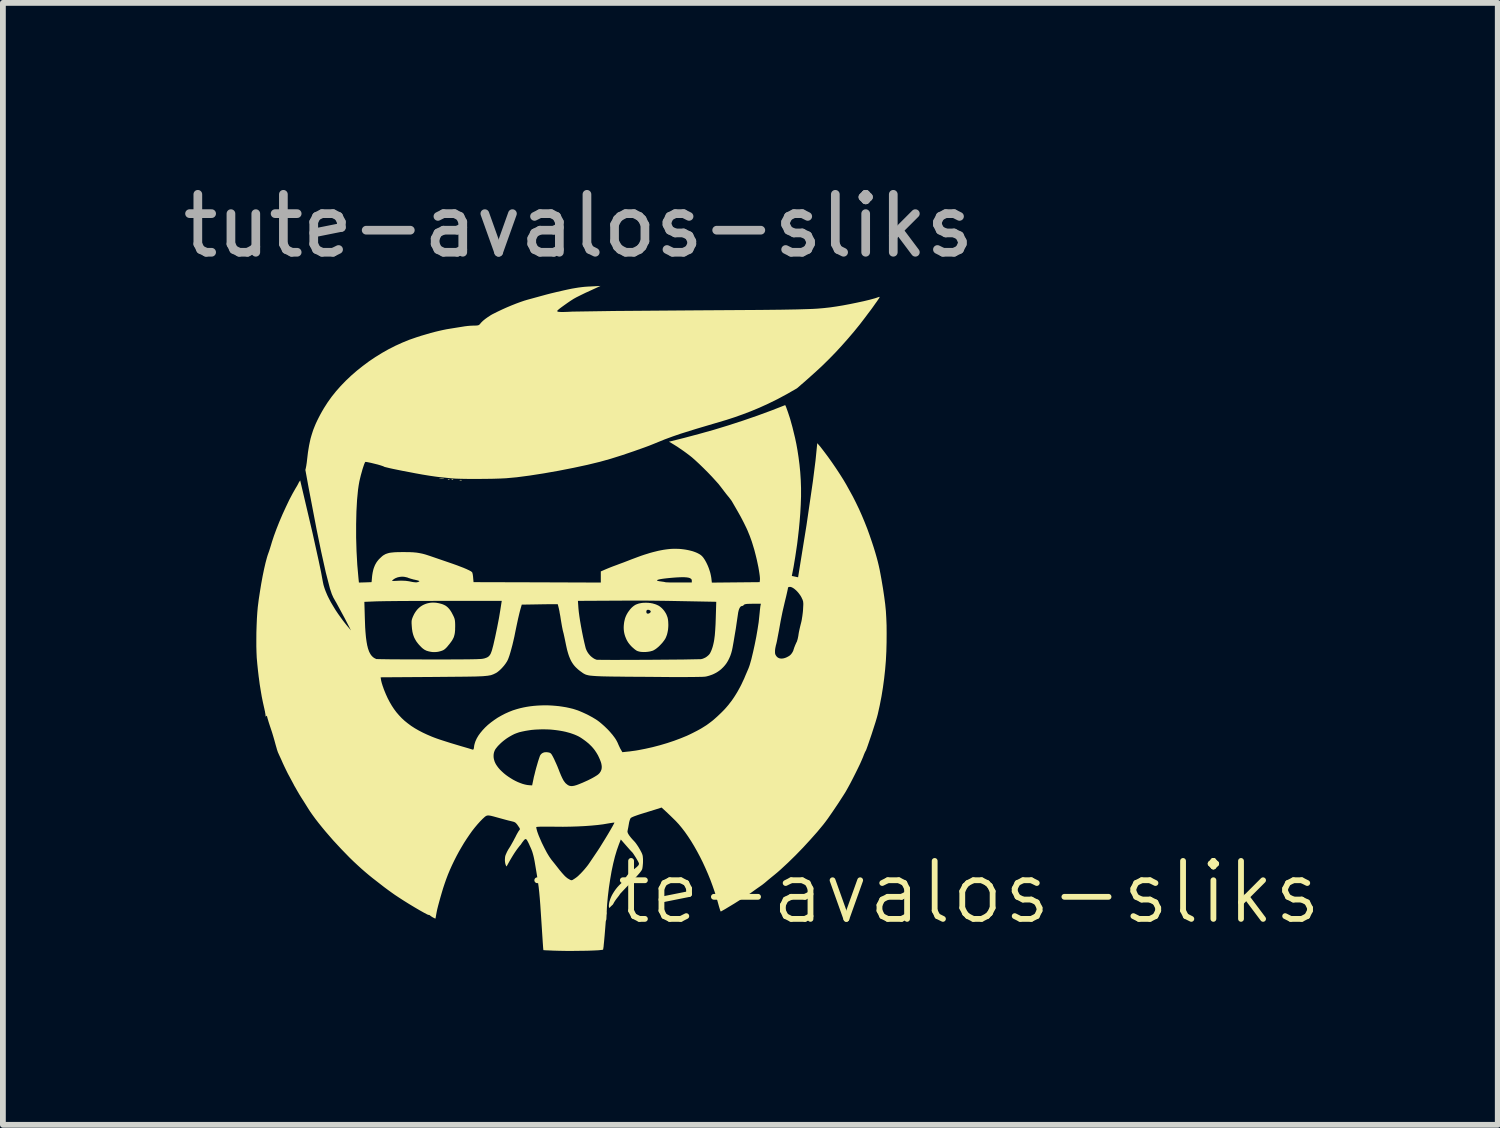
<source format=kicad_pcb>
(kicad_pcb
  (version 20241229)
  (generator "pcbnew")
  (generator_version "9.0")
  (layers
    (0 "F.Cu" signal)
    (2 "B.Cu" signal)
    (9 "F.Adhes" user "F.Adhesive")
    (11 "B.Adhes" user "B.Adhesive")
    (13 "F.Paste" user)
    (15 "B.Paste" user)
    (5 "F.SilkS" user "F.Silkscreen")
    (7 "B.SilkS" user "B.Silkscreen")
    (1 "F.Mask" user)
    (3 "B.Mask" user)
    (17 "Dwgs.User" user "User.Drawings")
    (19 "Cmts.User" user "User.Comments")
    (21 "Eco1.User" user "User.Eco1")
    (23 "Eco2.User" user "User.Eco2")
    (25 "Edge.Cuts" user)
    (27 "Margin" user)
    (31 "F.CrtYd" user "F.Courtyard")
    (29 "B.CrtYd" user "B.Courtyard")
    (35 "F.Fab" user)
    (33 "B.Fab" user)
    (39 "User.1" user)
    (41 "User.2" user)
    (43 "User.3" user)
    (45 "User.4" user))
  (footprint "tute-avalos-sliks"
    (layer "F.Cu")
    (at 6.935 8.348)
    (property "Reference" "tute-avalos-sliks" (at 6 4 0) (unlocked yes) (layer "F.SilkS") (effects (font (size 1 1) (thickness 0.1))))
    (fp_poly (pts (xy -2.355 -3.143) (xy -2.346 -3.142) (xy -2.338 -3.142) (xy -2.33 -3.141) (xy -2.327 -3.14) (xy -2.324 -3.14) (xy -2.323 -3.139) (xy -2.322 -3.139) (xy -2.322 -3.139) (xy -2.322 -3.138) (xy -2.323 -3.138) (xy -2.324 -3.137) (xy -2.326 -3.137) (xy -2.332 -3.136) (xy -2.341 -3.136) (xy -2.352 -3.136) (xy -2.365 -3.136) (xy -2.372 -3.136) (xy -2.378 -3.136) (xy -2.384 -3.136) (xy -2.389 -3.136) (xy -2.394 -3.136) (xy -2.398 -3.136) (xy -2.401 -3.137) (xy -2.404 -3.137) (xy -2.405 -3.137) (xy -2.406 -3.137) (xy -2.407 -3.138) (xy -2.407 -3.138) (xy -2.408 -3.138) (xy -2.408 -3.138) (xy -2.408 -3.138) (xy -2.408 -3.139) (xy -2.408 -3.139) (xy -2.408 -3.139) (xy -2.407 -3.139) (xy -2.407 -3.139) (xy -2.406 -3.139) (xy -2.405 -3.14) (xy -2.403 -3.14) (xy -2.4 -3.141) (xy -2.392 -3.142) (xy -2.383 -3.142) (xy -2.374 -3.143) (xy -2.365 -3.143)) (stroke (width -0.000001) (type solid)) (fill yes) (layer "F.SilkS"))
    (fp_poly (pts (xy -2.239 -3.13) (xy -2.238 -3.13) (xy -2.236 -3.13) (xy -2.235 -3.13) (xy -2.233 -3.129) (xy -2.233 -3.129) (xy -2.232 -3.129) (xy -2.232 -3.129) (xy -2.231 -3.128) (xy -2.23 -3.128) (xy -2.23 -3.128) (xy -2.229 -3.127) (xy -2.229 -3.127) (xy -2.229 -3.126) (xy -2.228 -3.126) (xy -2.228 -3.126) (xy -2.228 -3.125) (xy -2.228 -3.125) (xy -2.228 -3.125) (xy -2.228 -3.124) (xy -2.228 -3.124) (xy -2.228 -3.124) (xy -2.228 -3.123) (xy -2.229 -3.123) (xy -2.229 -3.123) (xy -2.23 -3.122) (xy -2.231 -3.122) (xy -2.232 -3.121) (xy -2.233 -3.121) (xy -2.235 -3.121) (xy -2.237 -3.12) (xy -2.239 -3.12) (xy -2.241 -3.12) (xy -2.243 -3.12) (xy -2.246 -3.12) (xy -2.248 -3.12) (xy -2.251 -3.12) (xy -2.252 -3.121) (xy -2.253 -3.121) (xy -2.254 -3.121) (xy -2.255 -3.121) (xy -2.255 -3.121) (xy -2.256 -3.121) (xy -2.257 -3.122) (xy -2.257 -3.122) (xy -2.258 -3.122) (xy -2.258 -3.122) (xy -2.259 -3.122) (xy -2.259 -3.123) (xy -2.259 -3.123) (xy -2.259 -3.123) (xy -2.259 -3.123) (xy -2.259 -3.124) (xy -2.259 -3.124) (xy -2.259 -3.124) (xy -2.259 -3.125) (xy -2.258 -3.125) (xy -2.258 -3.125) (xy -2.258 -3.126) (xy -2.257 -3.126) (xy -2.257 -3.126) (xy -2.256 -3.127) (xy -2.255 -3.127) (xy -2.254 -3.127) (xy -2.253 -3.128) (xy -2.253 -3.128) (xy -2.252 -3.128) (xy -2.25 -3.129) (xy -2.248 -3.129) (xy -2.246 -3.13) (xy -2.245 -3.13) (xy -2.243 -3.13) (xy -2.241 -3.13)) (stroke (width -0.000001) (type solid)) (fill yes) (layer "F.SilkS"))
    (fp_poly (pts (xy -2.176 -3.13) (xy -2.174 -3.13) (xy -2.173 -3.13) (xy -2.171 -3.13) (xy -2.17 -3.129) (xy -2.169 -3.129) (xy -2.169 -3.129) (xy -2.168 -3.129) (xy -2.168 -3.128) (xy -2.167 -3.128) (xy -2.167 -3.128) (xy -2.166 -3.127) (xy -2.166 -3.127) (xy -2.165 -3.126) (xy -2.165 -3.126) (xy -2.165 -3.126) (xy -2.165 -3.125) (xy -2.165 -3.125) (xy -2.165 -3.125) (xy -2.165 -3.124) (xy -2.165 -3.124) (xy -2.165 -3.124) (xy -2.165 -3.123) (xy -2.165 -3.123) (xy -2.166 -3.123) (xy -2.166 -3.122) (xy -2.167 -3.122) (xy -2.169 -3.121) (xy -2.17 -3.121) (xy -2.172 -3.121) (xy -2.174 -3.12) (xy -2.175 -3.12) (xy -2.178 -3.12) (xy -2.18 -3.12) (xy -2.182 -3.12) (xy -2.185 -3.12) (xy -2.187 -3.12) (xy -2.188 -3.121) (xy -2.189 -3.121) (xy -2.19 -3.121) (xy -2.191 -3.121) (xy -2.192 -3.121) (xy -2.193 -3.121) (xy -2.193 -3.122) (xy -2.194 -3.122) (xy -2.194 -3.122) (xy -2.195 -3.122) (xy -2.195 -3.122) (xy -2.196 -3.123) (xy -2.196 -3.123) (xy -2.196 -3.123) (xy -2.196 -3.123) (xy -2.196 -3.124) (xy -2.196 -3.124) (xy -2.196 -3.124) (xy -2.195 -3.125) (xy -2.195 -3.125) (xy -2.195 -3.125) (xy -2.194 -3.126) (xy -2.194 -3.126) (xy -2.193 -3.126) (xy -2.193 -3.127) (xy -2.192 -3.127) (xy -2.191 -3.127) (xy -2.19 -3.128) (xy -2.19 -3.128) (xy -2.188 -3.128) (xy -2.186 -3.129) (xy -2.185 -3.129) (xy -2.183 -3.13) (xy -2.181 -3.13) (xy -2.179 -3.13) (xy -2.178 -3.13)) (stroke (width -0.000001) (type solid)) (fill yes) (layer "F.SilkS"))
    (fp_poly (pts (xy -2.034 -3.117) (xy -2.031 -3.117) (xy -2.029 -3.117) (xy -2.027 -3.117) (xy -2.025 -3.116) (xy -2.023 -3.116) (xy -2.022 -3.115) (xy -2.02 -3.115) (xy -2.018 -3.114) (xy -2.017 -3.114) (xy -2.017 -3.113) (xy -2.017 -3.113) (xy -2.016 -3.113) (xy -2.016 -3.112) (xy -2.016 -3.112) (xy -2.016 -3.112) (xy -2.016 -3.111) (xy -2.016 -3.111) (xy -2.017 -3.111) (xy -2.017 -3.111) (xy -2.018 -3.11) (xy -2.019 -3.11) (xy -2.021 -3.109) (xy -2.023 -3.109) (xy -2.025 -3.109) (xy -2.027 -3.109) (xy -2.03 -3.109) (xy -2.033 -3.108) (xy -2.036 -3.108) (xy -2.039 -3.108) (xy -2.04 -3.108) (xy -2.042 -3.109) (xy -2.043 -3.109) (xy -2.044 -3.109) (xy -2.046 -3.109) (xy -2.047 -3.109) (xy -2.048 -3.109) (xy -2.049 -3.109) (xy -2.05 -3.109) (xy -2.051 -3.109) (xy -2.051 -3.11) (xy -2.052 -3.11) (xy -2.053 -3.11) (xy -2.053 -3.11) (xy -2.054 -3.111) (xy -2.054 -3.111) (xy -2.055 -3.111) (xy -2.055 -3.111) (xy -2.055 -3.111) (xy -2.055 -3.111) (xy -2.055 -3.112) (xy -2.055 -3.112) (xy -2.055 -3.112) (xy -2.055 -3.112) (xy -2.055 -3.112) (xy -2.055 -3.112) (xy -2.055 -3.112) (xy -2.055 -3.113) (xy -2.055 -3.113) (xy -2.054 -3.113) (xy -2.054 -3.114) (xy -2.054 -3.114) (xy -2.053 -3.114) (xy -2.052 -3.114) (xy -2.052 -3.115) (xy -2.052 -3.115) (xy -2.05 -3.115) (xy -2.048 -3.116) (xy -2.046 -3.116) (xy -2.044 -3.117) (xy -2.042 -3.117) (xy -2.04 -3.117) (xy -2.038 -3.117) (xy -2.036 -3.117)) (stroke (width -0.000001) (type solid)) (fill yes) (layer "F.SilkS"))
    (fp_poly (pts (xy -2.5 -1) (xy -2.492 -1) (xy -2.483 -0.999) (xy -2.475 -0.999) (xy -2.466 -0.998) (xy -2.458 -0.997) (xy -2.449 -0.996) (xy -2.441 -0.994) (xy -2.432 -0.993) (xy -2.407 -0.988) (xy -2.384 -0.982) (xy -2.362 -0.976) (xy -2.342 -0.969) (xy -2.324 -0.961) (xy -2.306 -0.952) (xy -2.297 -0.947) (xy -2.289 -0.942) (xy -2.281 -0.936) (xy -2.274 -0.93) (xy -2.266 -0.924) (xy -2.259 -0.917) (xy -2.245 -0.903) (xy -2.231 -0.887) (xy -2.218 -0.87) (xy -2.205 -0.85) (xy -2.192 -0.829) (xy -2.18 -0.806) (xy -2.167 -0.781) (xy -2.156 -0.758) (xy -2.151 -0.748) (xy -2.148 -0.738) (xy -2.144 -0.728) (xy -2.141 -0.719) (xy -2.139 -0.709) (xy -2.137 -0.699) (xy -2.135 -0.688) (xy -2.134 -0.677) (xy -2.133 -0.664) (xy -2.132 -0.651) (xy -2.131 -0.619) (xy -2.131 -0.581) (xy -2.132 -0.554) (xy -2.132 -0.529) (xy -2.134 -0.506) (xy -2.136 -0.484) (xy -2.139 -0.464) (xy -2.143 -0.445) (xy -2.148 -0.427) (xy -2.153 -0.409) (xy -2.16 -0.392) (xy -2.169 -0.375) (xy -2.178 -0.358) (xy -2.189 -0.34) (xy -2.202 -0.322) (xy -2.216 -0.303) (xy -2.232 -0.282) (xy -2.25 -0.261) (xy -2.259 -0.249) (xy -2.268 -0.239) (xy -2.277 -0.229) (xy -2.285 -0.22) (xy -2.293 -0.213) (xy -2.3 -0.206) (xy -2.307 -0.199) (xy -2.315 -0.194) (xy -2.322 -0.189) (xy -2.329 -0.184) (xy -2.336 -0.18) (xy -2.344 -0.176) (xy -2.352 -0.173) (xy -2.361 -0.17) (xy -2.37 -0.166) (xy -2.38 -0.163) (xy -2.393 -0.16) (xy -2.406 -0.156) (xy -2.419 -0.153) (xy -2.432 -0.151) (xy -2.444 -0.149) (xy -2.457 -0.148) (xy -2.469 -0.147) (xy -2.481 -0.146) (xy -2.494 -0.146) (xy -2.506 -0.146) (xy -2.519 -0.147) (xy -2.531 -0.148) (xy -2.544 -0.15) (xy -2.557 -0.152) (xy -2.571 -0.155) (xy -2.585 -0.158) (xy -2.597 -0.161) (xy -2.609 -0.165) (xy -2.621 -0.168) (xy -2.632 -0.173) (xy -2.642 -0.178) (xy -2.653 -0.183) (xy -2.663 -0.189) (xy -2.673 -0.196) (xy -2.683 -0.203) (xy -2.693 -0.211) (xy -2.704 -0.22) (xy -2.715 -0.231) (xy -2.726 -0.242) (xy -2.737 -0.254) (xy -2.75 -0.267) (xy -2.763 -0.282) (xy -2.776 -0.298) (xy -2.789 -0.315) (xy -2.801 -0.331) (xy -2.811 -0.348) (xy -2.821 -0.365) (xy -2.83 -0.382) (xy -2.839 -0.4) (xy -2.846 -0.419) (xy -2.853 -0.438) (xy -2.859 -0.458) (xy -2.864 -0.478) (xy -2.869 -0.499) (xy -2.872 -0.522) (xy -2.876 -0.545) (xy -2.878 -0.569) (xy -2.88 -0.594) (xy -2.882 -0.626) (xy -2.883 -0.64) (xy -2.883 -0.652) (xy -2.883 -0.663) (xy -2.883 -0.674) (xy -2.882 -0.684) (xy -2.881 -0.693) (xy -2.879 -0.702) (xy -2.877 -0.711) (xy -2.874 -0.72) (xy -2.871 -0.73) (xy -2.867 -0.74) (xy -2.863 -0.751) (xy -2.852 -0.775) (xy -2.839 -0.802) (xy -2.824 -0.827) (xy -2.808 -0.851) (xy -2.791 -0.873) (xy -2.773 -0.893) (xy -2.753 -0.912) (xy -2.732 -0.929) (xy -2.71 -0.944) (xy -2.686 -0.958) (xy -2.662 -0.969) (xy -2.637 -0.979) (xy -2.611 -0.987) (xy -2.584 -0.993) (xy -2.557 -0.998) (xy -2.529 -1) (xy -2.5 -1)) (stroke (width -0.000001) (type solid)) (fill yes) (layer "F.SilkS"))
    (fp_poly (pts (xy 1.165 -0.998) (xy 1.179 -0.997) (xy 1.179 -0.997) (xy 1.192 -0.997) (xy 1.206 -0.996) (xy 1.22 -0.994) (xy 1.234 -0.993) (xy 1.247 -0.991) (xy 1.26 -0.988) (xy 1.274 -0.986) (xy 1.287 -0.982) (xy 1.299 -0.979) (xy 1.312 -0.975) (xy 1.324 -0.971) (xy 1.336 -0.967) (xy 1.347 -0.962) (xy 1.358 -0.957) (xy 1.369 -0.952) (xy 1.379 -0.947) (xy 1.393 -0.938) (xy 1.406 -0.929) (xy 1.419 -0.918) (xy 1.432 -0.907) (xy 1.444 -0.895) (xy 1.456 -0.882) (xy 1.467 -0.869) (xy 1.478 -0.855) (xy 1.488 -0.84) (xy 1.497 -0.826) (xy 1.506 -0.811) (xy 1.514 -0.795) (xy 1.52 -0.78) (xy 1.526 -0.764) (xy 1.532 -0.749) (xy 1.536 -0.733) (xy 1.54 -0.713) (xy 1.543 -0.691) (xy 1.545 -0.669) (xy 1.546 -0.647) (xy 1.547 -0.624) (xy 1.547 -0.602) (xy 1.546 -0.579) (xy 1.544 -0.556) (xy 1.542 -0.533) (xy 1.538 -0.511) (xy 1.534 -0.489) (xy 1.529 -0.468) (xy 1.524 -0.448) (xy 1.517 -0.429) (xy 1.51 -0.411) (xy 1.503 -0.394) (xy 1.495 -0.378) (xy 1.485 -0.362) (xy 1.474 -0.346) (xy 1.461 -0.329) (xy 1.448 -0.312) (xy 1.434 -0.296) (xy 1.419 -0.28) (xy 1.404 -0.264) (xy 1.389 -0.249) (xy 1.373 -0.234) (xy 1.357 -0.221) (xy 1.341 -0.208) (xy 1.326 -0.197) (xy 1.311 -0.188) (xy 1.297 -0.179) (xy 1.283 -0.173) (xy 1.269 -0.167) (xy 1.252 -0.163) (xy 1.235 -0.158) (xy 1.217 -0.155) (xy 1.199 -0.152) (xy 1.179 -0.15) (xy 1.16 -0.148) (xy 1.14 -0.148) (xy 1.121 -0.147) (xy 1.102 -0.148) (xy 1.084 -0.149) (xy 1.066 -0.151) (xy 1.05 -0.154) (xy 1.035 -0.158) (xy 1.021 -0.162) (xy 1.009 -0.167) (xy 1.003 -0.17) (xy 0.997 -0.173) (xy 0.99 -0.177) (xy 0.984 -0.182) (xy 0.976 -0.187) (xy 0.969 -0.193) (xy 0.961 -0.199) (xy 0.954 -0.205) (xy 0.946 -0.212) (xy 0.938 -0.219) (xy 0.93 -0.226) (xy 0.922 -0.233) (xy 0.914 -0.241) (xy 0.907 -0.248) (xy 0.9 -0.256) (xy 0.893 -0.263) (xy 0.873 -0.287) (xy 0.855 -0.311) (xy 0.839 -0.337) (xy 0.825 -0.363) (xy 0.813 -0.391) (xy 0.802 -0.419) (xy 0.793 -0.448) (xy 0.786 -0.477) (xy 0.781 -0.507) (xy 0.778 -0.537) (xy 0.777 -0.568) (xy 0.778 -0.6) (xy 0.781 -0.631) (xy 0.785 -0.663) (xy 0.792 -0.695) (xy 0.8 -0.727) (xy 0.806 -0.744) (xy 0.813 -0.762) (xy 0.821 -0.78) (xy 0.83 -0.798) (xy 0.84 -0.815) (xy 0.85 -0.832) (xy 0.857 -0.842) (xy 1.168 -0.842) (xy 1.168 -0.84) (xy 1.168 -0.838) (xy 1.168 -0.835) (xy 1.169 -0.833) (xy 1.169 -0.831) (xy 1.17 -0.828) (xy 1.17 -0.826) (xy 1.171 -0.824) (xy 1.172 -0.822) (xy 1.173 -0.82) (xy 1.174 -0.819) (xy 1.175 -0.817) (xy 1.177 -0.815) (xy 1.178 -0.814) (xy 1.18 -0.813) (xy 1.181 -0.812) (xy 1.183 -0.811) (xy 1.185 -0.811) (xy 1.188 -0.81) (xy 1.19 -0.81) (xy 1.192 -0.81) (xy 1.195 -0.81) (xy 1.197 -0.81) (xy 1.199 -0.81) (xy 1.202 -0.81) (xy 1.204 -0.811) (xy 1.207 -0.812) (xy 1.21 -0.812) (xy 1.212 -0.813) (xy 1.214 -0.814) (xy 1.217 -0.815) (xy 1.219 -0.817) (xy 1.222 -0.818) (xy 1.224 -0.819) (xy 1.226 -0.821) (xy 1.228 -0.822) (xy 1.23 -0.824) (xy 1.232 -0.825) (xy 1.234 -0.827) (xy 1.235 -0.829) (xy 1.237 -0.831) (xy 1.238 -0.833) (xy 1.24 -0.834) (xy 1.241 -0.836) (xy 1.242 -0.838) (xy 1.242 -0.84) (xy 1.243 -0.842) (xy 1.243 -0.844) (xy 1.243 -0.846) (xy 1.243 -0.848) (xy 1.243 -0.849) (xy 1.243 -0.85) (xy 1.242 -0.852) (xy 1.242 -0.853) (xy 1.241 -0.854) (xy 1.24 -0.856) (xy 1.239 -0.857) (xy 1.238 -0.858) (xy 1.237 -0.86) (xy 1.234 -0.862) (xy 1.232 -0.864) (xy 1.228 -0.866) (xy 1.225 -0.868) (xy 1.221 -0.87) (xy 1.218 -0.872) (xy 1.214 -0.873) (xy 1.21 -0.874) (xy 1.206 -0.875) (xy 1.202 -0.876) (xy 1.198 -0.876) (xy 1.198 -0.876) (xy 1.197 -0.876) (xy 1.196 -0.876) (xy 1.194 -0.876) (xy 1.193 -0.876) (xy 1.192 -0.876) (xy 1.191 -0.876) (xy 1.19 -0.875) (xy 1.188 -0.875) (xy 1.187 -0.875) (xy 1.186 -0.875) (xy 1.185 -0.874) (xy 1.184 -0.874) (xy 1.183 -0.873) (xy 1.182 -0.873) (xy 1.181 -0.873) (xy 1.18 -0.872) (xy 1.178 -0.871) (xy 1.177 -0.87) (xy 1.176 -0.868) (xy 1.174 -0.866) (xy 1.173 -0.865) (xy 1.172 -0.863) (xy 1.171 -0.861) (xy 1.17 -0.859) (xy 1.17 -0.857) (xy 1.169 -0.854) (xy 1.168 -0.852) (xy 1.168 -0.85) (xy 1.168 -0.847) (xy 1.168 -0.845) (xy 1.168 -0.842) (xy 0.857 -0.842) (xy 0.862 -0.849) (xy 0.874 -0.865) (xy 0.886 -0.881) (xy 0.899 -0.896) (xy 0.912 -0.91) (xy 0.926 -0.923) (xy 0.939 -0.934) (xy 0.953 -0.945) (xy 0.967 -0.954) (xy 0.973 -0.958) (xy 0.98 -0.962) (xy 0.99 -0.967) (xy 1.001 -0.971) (xy 1.011 -0.975) (xy 1.023 -0.979) (xy 1.034 -0.983) (xy 1.046 -0.986) (xy 1.059 -0.988) (xy 1.071 -0.991) (xy 1.084 -0.993) (xy 1.097 -0.995) (xy 1.11 -0.996) (xy 1.124 -0.997) (xy 1.137 -0.997) (xy 1.151 -0.998)) (stroke (width -0.000001) (type solid)) (fill yes) (layer "F.SilkS"))
    (fp_poly (pts (xy 0.196 -6.381) (xy 0.119 -6.346) (xy 0.045 -6.31) (xy -0.019 -6.278) (xy -0.045 -6.265) (xy -0.064 -6.254) (xy -0.081 -6.245) (xy -0.1 -6.233) (xy -0.144 -6.205) (xy -0.192 -6.172) (xy -0.24 -6.138) (xy -0.286 -6.105) (xy -0.325 -6.076) (xy -0.34 -6.063) (xy -0.353 -6.053) (xy -0.362 -6.044) (xy -0.367 -6.038) (xy -0.37 -6.034) (xy -0.37 -6.03) (xy -0.369 -6.026) (xy -0.365 -6.023) (xy -0.36 -6.021) (xy -0.352 -6.018) (xy -0.341 -6.017) (xy -0.328 -6.016) (xy -0.294 -6.014) (xy -0.247 -6.015) (xy -0.186 -6.017) (xy -0.111 -6.021) (xy 0.61 -6.032) (xy 2.035 -6.043) (xy 3.128 -6.05) (xy 3.493 -6.054) (xy 3.765 -6.059) (xy 3.965 -6.065) (xy 4.044 -6.068) (xy 4.113 -6.072) (xy 4.174 -6.077) (xy 4.231 -6.082) (xy 4.339 -6.094) (xy 4.443 -6.109) (xy 4.558 -6.128) (xy 4.68 -6.151) (xy 4.802 -6.176) (xy 4.918 -6.201) (xy 5.022 -6.226) (xy 5.109 -6.25) (xy 5.143 -6.261) (xy 5.172 -6.271) (xy 5.182 -6.274) (xy 5.186 -6.275) (xy 5.189 -6.276) (xy 5.19 -6.276) (xy 5.191 -6.275) (xy 5.192 -6.275) (xy 5.193 -6.274) (xy 5.193 -6.273) (xy 5.193 -6.272) (xy 5.193 -6.271) (xy 5.192 -6.269) (xy 5.19 -6.265) (xy 5.187 -6.26) (xy 5.184 -6.253) (xy 5.179 -6.245) (xy 5.165 -6.225) (xy 5.147 -6.198) (xy 5.12 -6.161) (xy 5.092 -6.121) (xy 5.065 -6.083) (xy 5.043 -6.053) (xy 4.995 -5.99) (xy 4.943 -5.92) (xy 4.851 -5.8) (xy 4.752 -5.678) (xy 4.648 -5.556) (xy 4.54 -5.434) (xy 4.43 -5.315) (xy 4.318 -5.2) (xy 4.206 -5.09) (xy 4.096 -4.988) (xy 4.008 -4.909) (xy 3.924 -4.834) (xy 3.843 -4.764) (xy 3.767 -4.698) (xy 3.593 -4.598) (xy 3.427 -4.509) (xy 3.268 -4.431) (xy 3.116 -4.362) (xy 2.969 -4.301) (xy 2.827 -4.247) (xy 2.689 -4.198) (xy 2.554 -4.154) (xy 2.028 -3.998) (xy 1.762 -3.915) (xy 1.625 -3.868) (xy 1.484 -3.816) (xy 1.285 -3.735) (xy 1.215 -3.707) (xy 1.134 -3.677) (xy 0.948 -3.611) (xy 0.747 -3.543) (xy 0.55 -3.481) (xy 0.368 -3.43) (xy 0.15 -3.377) (xy -0.092 -3.325) (xy -0.347 -3.275) (xy -0.602 -3.23) (xy -0.846 -3.192) (xy -1.066 -3.163) (xy -1.251 -3.146) (xy -1.352 -3.141) (xy -1.475 -3.137) (xy -1.613 -3.135) (xy -1.754 -3.134) (xy -1.892 -3.134) (xy -2.017 -3.136) (xy -2.121 -3.139) (xy -2.194 -3.144) (xy -2.384 -3.164) (xy -2.422 -3.168) (xy -2.468 -3.174) (xy -2.578 -3.19) (xy -2.7 -3.21) (xy -2.821 -3.232) (xy -2.93 -3.253) (xy -3.031 -3.272) (xy -3.12 -3.29) (xy -3.198 -3.306) (xy -3.262 -3.32) (xy -3.311 -3.332) (xy -3.344 -3.34) (xy -3.353 -3.343) (xy -3.358 -3.345) (xy -3.366 -3.35) (xy -3.379 -3.355) (xy -3.418 -3.368) (xy -3.469 -3.383) (xy -3.526 -3.397) (xy -3.582 -3.411) (xy -3.631 -3.421) (xy -3.651 -3.425) (xy -3.666 -3.427) (xy -3.677 -3.428) (xy -3.68 -3.428) (xy -3.682 -3.427) (xy -3.686 -3.421) (xy -3.691 -3.412) (xy -3.702 -3.385) (xy -3.715 -3.347) (xy -3.73 -3.301) (xy -3.744 -3.25) (xy -3.759 -3.197) (xy -3.772 -3.143) (xy -3.784 -3.092) (xy -3.796 -3.024) (xy -3.807 -2.948) (xy -3.824 -2.772) (xy -3.835 -2.572) (xy -3.84 -2.353) (xy -3.84 -2.123) (xy -3.833 -1.887) (xy -3.82 -1.652) (xy -3.8 -1.425) (xy -3.792 -1.346) (xy -3.683 -1.349) (xy -3.574 -1.353) (xy -3.571 -1.378) (xy -3.219 -1.378) (xy -3.218 -1.377) (xy -3.218 -1.376) (xy -3.217 -1.376) (xy -3.215 -1.375) (xy -3.212 -1.374) (xy -3.207 -1.374) (xy -3.2 -1.374) (xy -3.191 -1.374) (xy -3.181 -1.374) (xy -3.154 -1.375) (xy -3.118 -1.377) (xy -3.091 -1.378) (xy -3.064 -1.379) (xy -3.038 -1.378) (xy -3.013 -1.377) (xy -2.988 -1.376) (xy -2.964 -1.373) (xy -2.942 -1.37) (xy -2.922 -1.367) (xy -2.904 -1.363) (xy -2.888 -1.36) (xy -2.874 -1.357) (xy -2.86 -1.355) (xy -2.848 -1.353) (xy -2.837 -1.352) (xy -2.828 -1.351) (xy -2.819 -1.35) (xy -2.81 -1.35) (xy -2.803 -1.35) (xy -2.795 -1.35) (xy -2.789 -1.351) (xy -2.782 -1.353) (xy -2.776 -1.354) (xy -2.77 -1.356) (xy -2.764 -1.359) (xy -2.764 -1.359) (xy -2.759 -1.361) (xy -2.755 -1.363) (xy -2.751 -1.365) (xy -2.749 -1.367) (xy -2.749 -1.368) (xy -2.749 -1.369) (xy -2.749 -1.37) (xy -2.749 -1.371) (xy -2.75 -1.371) (xy -2.751 -1.372) (xy -2.754 -1.374) (xy -2.758 -1.376) (xy -2.764 -1.378) (xy -2.771 -1.381) (xy -2.78 -1.383) (xy -2.803 -1.389) (xy -2.833 -1.396) (xy -2.846 -1.398) (xy -2.859 -1.402) (xy -2.874 -1.406) (xy -2.888 -1.41) (xy -2.903 -1.414) (xy -2.917 -1.419) (xy -2.93 -1.423) (xy -2.941 -1.427) (xy -2.95 -1.431) (xy -2.958 -1.434) (xy -2.967 -1.436) (xy -2.976 -1.438) (xy -2.985 -1.44) (xy -2.994 -1.442) (xy -3.003 -1.444) (xy -3.012 -1.445) (xy -3.019 -1.446) (xy -3.025 -1.446) (xy -3.032 -1.446) (xy -3.039 -1.447) (xy -3.045 -1.447) (xy -3.052 -1.447) (xy -3.059 -1.446) (xy -3.065 -1.446) (xy -3.065 -1.446) (xy -3.075 -1.445) (xy -3.085 -1.444) (xy -3.095 -1.442) (xy -3.104 -1.44) (xy -3.114 -1.438) (xy -3.123 -1.436) (xy -3.132 -1.433) (xy -3.141 -1.429) (xy -3.15 -1.426) (xy -3.159 -1.422) (xy -3.168 -1.418) (xy -3.176 -1.413) (xy -3.184 -1.408) (xy -3.192 -1.403) (xy -3.199 -1.397) (xy -3.207 -1.391) (xy -3.214 -1.385) (xy -3.217 -1.382) (xy -3.218 -1.38) (xy -3.219 -1.379) (xy -3.219 -1.378) (xy -3.571 -1.378) (xy -3.565 -1.448) (xy -3.562 -1.473) (xy -3.558 -1.498) (xy -3.554 -1.522) (xy -3.549 -1.544) (xy -3.544 -1.566) (xy -3.538 -1.587) (xy -3.531 -1.607) (xy -3.523 -1.627) (xy -3.515 -1.646) (xy -3.506 -1.664) (xy -3.496 -1.681) (xy -3.486 -1.698) (xy -3.474 -1.714) (xy -3.462 -1.729) (xy -3.449 -1.745) (xy -3.435 -1.759) (xy -3.417 -1.776) (xy -3.4 -1.792) (xy -3.384 -1.806) (xy -3.367 -1.818) (xy -3.349 -1.828) (xy -3.331 -1.838) (xy -3.311 -1.845) (xy -3.29 -1.852) (xy -3.267 -1.858) (xy -3.242 -1.862) (xy -3.214 -1.865) (xy -3.183 -1.868) (xy -3.149 -1.87) (xy -3.111 -1.871) (xy -3.023 -1.872) (xy -2.949 -1.871) (xy -2.915 -1.871) (xy -2.884 -1.869) (xy -2.855 -1.868) (xy -2.827 -1.865) (xy -2.801 -1.863) (xy -2.775 -1.859) (xy -2.751 -1.855) (xy -2.726 -1.85) (xy -2.701 -1.845) (xy -2.677 -1.839) (xy -2.651 -1.832) (xy -2.625 -1.824) (xy -2.567 -1.805) (xy -2.264 -1.701) (xy -2.174 -1.67) (xy -2.093 -1.641) (xy -2.057 -1.627) (xy -2.023 -1.614) (xy -1.991 -1.602) (xy -1.963 -1.59) (xy -1.937 -1.579) (xy -1.914 -1.568) (xy -1.894 -1.559) (xy -1.877 -1.55) (xy -1.862 -1.542) (xy -1.851 -1.534) (xy -1.843 -1.528) (xy -1.84 -1.525) (xy -1.838 -1.522) (xy -1.837 -1.52) (xy -1.836 -1.517) (xy -1.834 -1.514) (xy -1.833 -1.509) (xy -1.831 -1.5) (xy -1.828 -1.488) (xy -1.826 -1.474) (xy -1.824 -1.46) (xy -1.822 -1.445) (xy -1.821 -1.429) (xy -1.814 -1.353) (xy -0.716 -1.35) (xy 0.382 -1.346) (xy 0.382 -1.384) (xy 1.352 -1.384) (xy 1.353 -1.382) (xy 1.355 -1.38) (xy 1.357 -1.378) (xy 1.361 -1.377) (xy 1.366 -1.375) (xy 1.372 -1.373) (xy 1.386 -1.37) (xy 1.405 -1.367) (xy 1.428 -1.364) (xy 1.441 -1.362) (xy 1.453 -1.36) (xy 1.464 -1.359) (xy 1.474 -1.357) (xy 1.482 -1.355) (xy 1.485 -1.355) (xy 1.489 -1.354) (xy 1.491 -1.353) (xy 1.493 -1.353) (xy 1.495 -1.352) (xy 1.495 -1.352) (xy 1.495 -1.352) (xy 1.501 -1.351) (xy 1.515 -1.35) (xy 1.566 -1.348) (xy 1.638 -1.347) (xy 1.727 -1.347) (xy 1.952 -1.347) (xy 1.952 -1.379) (xy 1.952 -1.385) (xy 1.951 -1.391) (xy 1.949 -1.397) (xy 1.947 -1.399) (xy 1.946 -1.402) (xy 1.942 -1.407) (xy 1.937 -1.411) (xy 1.932 -1.415) (xy 1.925 -1.419) (xy 1.918 -1.423) (xy 1.909 -1.426) (xy 1.9 -1.429) (xy 1.889 -1.431) (xy 1.878 -1.433) (xy 1.865 -1.435) (xy 1.851 -1.436) (xy 1.836 -1.437) (xy 1.836 -1.437) (xy 1.826 -1.438) (xy 1.815 -1.438) (xy 1.803 -1.438) (xy 1.791 -1.438) (xy 1.766 -1.438) (xy 1.738 -1.437) (xy 1.697 -1.435) (xy 1.653 -1.432) (xy 1.604 -1.428) (xy 1.551 -1.423) (xy 1.513 -1.419) (xy 1.479 -1.415) (xy 1.449 -1.411) (xy 1.423 -1.407) (xy 1.401 -1.403) (xy 1.384 -1.399) (xy 1.37 -1.395) (xy 1.364 -1.393) (xy 1.36 -1.391) (xy 1.356 -1.389) (xy 1.354 -1.387) (xy 1.353 -1.386) (xy 1.352 -1.384) (xy 0.382 -1.384) (xy 0.382 -1.538) (xy 0.455 -1.57) (xy 0.493 -1.586) (xy 0.542 -1.606) (xy 0.596 -1.627) (xy 0.648 -1.646) (xy 0.706 -1.668) (xy 0.774 -1.693) (xy 0.844 -1.72) (xy 0.908 -1.745) (xy 1.023 -1.788) (xy 1.078 -1.808) (xy 1.131 -1.826) (xy 1.183 -1.842) (xy 1.234 -1.858) (xy 1.282 -1.871) (xy 1.33 -1.883) (xy 1.375 -1.894) (xy 1.42 -1.903) (xy 1.463 -1.911) (xy 1.504 -1.917) (xy 1.544 -1.922) (xy 1.583 -1.926) (xy 1.621 -1.928) (xy 1.657 -1.929) (xy 1.695 -1.928) (xy 1.732 -1.927) (xy 1.768 -1.924) (xy 1.804 -1.92) (xy 1.839 -1.915) (xy 1.873 -1.909) (xy 1.906 -1.902) (xy 1.938 -1.894) (xy 1.968 -1.886) (xy 1.997 -1.876) (xy 2.023 -1.866) (xy 2.048 -1.855) (xy 2.071 -1.843) (xy 2.092 -1.831) (xy 2.11 -1.818) (xy 2.126 -1.804) (xy 2.139 -1.79) (xy 2.152 -1.774) (xy 2.165 -1.755) (xy 2.178 -1.735) (xy 2.191 -1.712) (xy 2.204 -1.688) (xy 2.216 -1.663) (xy 2.228 -1.637) (xy 2.239 -1.61) (xy 2.249 -1.583) (xy 2.258 -1.555) (xy 2.267 -1.528) (xy 2.274 -1.501) (xy 2.28 -1.474) (xy 2.285 -1.448) (xy 2.289 -1.424) (xy 2.298 -1.345) (xy 2.711 -1.349) (xy 3.123 -1.353) (xy 3.128 -1.397) (xy 3.128 -1.408) (xy 3.128 -1.422) (xy 3.125 -1.457) (xy 3.119 -1.502) (xy 3.111 -1.553) (xy 3.101 -1.611) (xy 3.088 -1.673) (xy 3.074 -1.739) (xy 3.058 -1.805) (xy 3.031 -1.91) (xy 3.001 -2.009) (xy 2.986 -2.057) (xy 2.969 -2.104) (xy 2.952 -2.151) (xy 2.933 -2.197) (xy 2.914 -2.244) (xy 2.893 -2.29) (xy 2.847 -2.384) (xy 2.796 -2.482) (xy 2.738 -2.585) (xy 2.642 -2.751) (xy 2.639 -2.756) (xy 2.633 -2.764) (xy 2.626 -2.774) (xy 2.618 -2.784) (xy 2.609 -2.796) (xy 2.599 -2.809) (xy 2.589 -2.822) (xy 2.578 -2.835) (xy 2.552 -2.867) (xy 2.52 -2.908) (xy 2.486 -2.953) (xy 2.453 -2.996) (xy 2.435 -3.019) (xy 2.414 -3.046) (xy 2.36 -3.106) (xy 2.298 -3.174) (xy 2.228 -3.247) (xy 2.156 -3.319) (xy 2.084 -3.389) (xy 2.016 -3.452) (xy 1.955 -3.506) (xy 1.912 -3.54) (xy 1.863 -3.577) (xy 1.811 -3.615) (xy 1.757 -3.652) (xy 1.703 -3.689) (xy 1.65 -3.722) (xy 1.601 -3.752) (xy 1.558 -3.776) (xy 1.821 -3.842) (xy 2.08 -3.911) (xy 2.337 -3.983) (xy 2.589 -4.06) (xy 2.838 -4.141) (xy 3.084 -4.226) (xy 3.326 -4.315) (xy 3.564 -4.408) (xy 3.566 -4.404) (xy 3.567 -4.401) (xy 3.569 -4.396) (xy 3.57 -4.394) (xy 3.572 -4.391) (xy 3.573 -4.387) (xy 3.576 -4.383) (xy 3.61 -4.289) (xy 3.647 -4.177) (xy 3.689 -4.026) (xy 3.734 -3.841) (xy 3.756 -3.737) (xy 3.776 -3.625) (xy 3.794 -3.507) (xy 3.81 -3.382) (xy 3.823 -3.252) (xy 3.832 -3.116) (xy 3.837 -2.975) (xy 3.837 -2.832) (xy 3.832 -2.688) (xy 3.824 -2.545) (xy 3.813 -2.404) (xy 3.8 -2.267) (xy 3.785 -2.135) (xy 3.77 -2.011) (xy 3.737 -1.789) (xy 3.708 -1.615) (xy 3.678 -1.46) (xy 3.786 -1.437) (xy 3.931 -2.334) (xy 4.042 -3.097) (xy 4.087 -3.453) (xy 4.117 -3.752) (xy 4.117 -3.752) (xy 4.117 -3.752) (xy 4.117 -3.752) (xy 4.117 -3.752) (xy 4.117 -3.752) (xy 4.117 -3.752) (xy 4.117 -3.752) (xy 4.117 -3.752) (xy 4.117 -3.752) (xy 4.117 -3.751) (xy 4.117 -3.751) (xy 4.117 -3.751) (xy 4.169 -3.691) (xy 4.23 -3.612) (xy 4.299 -3.52) (xy 4.371 -3.419) (xy 4.442 -3.315) (xy 4.509 -3.213) (xy 4.569 -3.118) (xy 4.618 -3.035) (xy 4.65 -2.977) (xy 4.68 -2.923) (xy 4.732 -2.828) (xy 4.784 -2.725) (xy 4.836 -2.617) (xy 4.886 -2.505) (xy 4.934 -2.39) (xy 4.98 -2.274) (xy 5.022 -2.157) (xy 5.061 -2.043) (xy 5.093 -1.945) (xy 5.119 -1.86) (xy 5.141 -1.783) (xy 5.16 -1.712) (xy 5.177 -1.642) (xy 5.193 -1.57) (xy 5.208 -1.491) (xy 5.224 -1.404) (xy 5.251 -1.244) (xy 5.272 -1.103) (xy 5.289 -0.975) (xy 5.301 -0.854) (xy 5.308 -0.733) (xy 5.313 -0.607) (xy 5.314 -0.469) (xy 5.313 -0.315) (xy 5.309 -0.158) (xy 5.301 -0.001) (xy 5.288 0.155) (xy 5.271 0.31) (xy 5.25 0.465) (xy 5.225 0.619) (xy 5.195 0.773) (xy 5.161 0.926) (xy 5.146 0.982) (xy 5.121 1.066) (xy 5.054 1.274) (xy 4.988 1.467) (xy 4.965 1.531) (xy 4.957 1.55) (xy 4.952 1.56) (xy 4.951 1.562) (xy 4.949 1.564) (xy 4.945 1.572) (xy 4.94 1.582) (xy 4.934 1.595) (xy 4.928 1.61) (xy 4.921 1.626) (xy 4.915 1.643) (xy 4.908 1.661) (xy 4.887 1.711) (xy 4.857 1.779) (xy 4.819 1.858) (xy 4.776 1.945) (xy 4.731 2.034) (xy 4.687 2.119) (xy 4.645 2.196) (xy 4.609 2.26) (xy 4.585 2.299) (xy 4.553 2.349) (xy 4.474 2.471) (xy 4.385 2.603) (xy 4.302 2.723) (xy 4.263 2.776) (xy 4.219 2.833) (xy 4.116 2.957) (xy 3.998 3.09) (xy 3.872 3.227) (xy 3.741 3.362) (xy 3.611 3.489) (xy 3.488 3.603) (xy 3.43 3.654) (xy 3.377 3.698) (xy 3.329 3.737) (xy 3.285 3.773) (xy 3.248 3.804) (xy 3.225 3.824) (xy 3.216 3.831) (xy 3.206 3.84) (xy 3.195 3.848) (xy 3.183 3.858) (xy 3.171 3.867) (xy 3.159 3.876) (xy 3.147 3.884) (xy 3.136 3.892) (xy 3.067 3.94) (xy 2.971 4.009) (xy 2.922 4.043) (xy 2.852 4.088) (xy 2.684 4.194) (xy 2.601 4.244) (xy 2.53 4.287) (xy 2.477 4.317) (xy 2.461 4.326) (xy 2.452 4.33) (xy 2.451 4.33) (xy 2.451 4.329) (xy 2.45 4.327) (xy 2.448 4.324) (xy 2.446 4.32) (xy 2.441 4.308) (xy 2.436 4.292) (xy 2.43 4.272) (xy 2.423 4.25) (xy 2.416 4.225) (xy 2.409 4.199) (xy 2.38 4.096) (xy 2.347 3.992) (xy 2.311 3.888) (xy 2.273 3.785) (xy 2.231 3.682) (xy 2.187 3.581) (xy 2.141 3.481) (xy 2.093 3.385) (xy 2.043 3.291) (xy 1.992 3.201) (xy 1.94 3.115) (xy 1.887 3.034) (xy 1.834 2.958) (xy 1.78 2.888) (xy 1.727 2.824) (xy 1.674 2.767) (xy 1.631 2.725) (xy 1.585 2.68) (xy 1.541 2.638) (xy 1.505 2.604) (xy 1.431 2.536) (xy 1.328 2.569) (xy 1.072 2.648) (xy 1.041 2.658) (xy 1.012 2.668) (xy 0.984 2.678) (xy 0.959 2.687) (xy 0.937 2.696) (xy 0.928 2.7) (xy 0.92 2.704) (xy 0.913 2.708) (xy 0.907 2.711) (xy 0.903 2.713) (xy 0.9 2.716) (xy 0.897 2.718) (xy 0.895 2.722) (xy 0.893 2.726) (xy 0.891 2.73) (xy 0.888 2.736) (xy 0.886 2.741) (xy 0.881 2.754) (xy 0.877 2.769) (xy 0.872 2.785) (xy 0.869 2.802) (xy 0.866 2.819) (xy 0.86 2.853) (xy 0.854 2.887) (xy 0.848 2.915) (xy 0.846 2.927) (xy 0.844 2.935) (xy 0.843 2.942) (xy 0.842 2.95) (xy 0.843 2.957) (xy 0.845 2.966) (xy 0.848 2.975) (xy 0.852 2.984) (xy 0.858 2.994) (xy 0.864 3.005) (xy 0.872 3.017) (xy 0.881 3.029) (xy 0.891 3.042) (xy 0.902 3.056) (xy 0.915 3.071) (xy 0.929 3.087) (xy 0.945 3.104) (xy 0.962 3.122) (xy 0.966 3.127) (xy 0.971 3.132) (xy 0.982 3.146) (xy 0.994 3.162) (xy 1.007 3.181) (xy 1.02 3.2) (xy 1.033 3.22) (xy 1.045 3.241) (xy 1.057 3.261) (xy 1.073 3.291) (xy 1.08 3.304) (xy 1.086 3.316) (xy 1.091 3.327) (xy 1.095 3.338) (xy 1.099 3.348) (xy 1.102 3.357) (xy 1.104 3.367) (xy 1.106 3.378) (xy 1.107 3.388) (xy 1.108 3.4) (xy 1.109 3.412) (xy 1.11 3.426) (xy 1.11 3.458) (xy 1.11 3.479) (xy 1.109 3.501) (xy 1.107 3.522) (xy 1.105 3.542) (xy 1.103 3.561) (xy 1.1 3.578) (xy 1.099 3.586) (xy 1.097 3.593) (xy 1.096 3.598) (xy 1.094 3.604) (xy 1.091 3.609) (xy 1.087 3.617) (xy 1.082 3.625) (xy 1.075 3.635) (xy 1.057 3.659) (xy 1.033 3.687) (xy 1.005 3.719) (xy 0.972 3.755) (xy 0.936 3.794) (xy 0.895 3.837) (xy 0.824 3.91) (xy 0.765 3.972) (xy 0.743 3.996) (xy 0.726 4.014) (xy 0.715 4.026) (xy 0.712 4.029) (xy 0.711 4.031) (xy 0.711 4.032) (xy 0.711 4.033) (xy 0.71 4.034) (xy 0.709 4.036) (xy 0.706 4.041) (xy 0.702 4.047) (xy 0.697 4.053) (xy 0.692 4.061) (xy 0.686 4.068) (xy 0.68 4.076) (xy 0.669 4.09) (xy 0.659 4.103) (xy 0.65 4.114) (xy 0.643 4.124) (xy 0.637 4.133) (xy 0.631 4.141) (xy 0.626 4.148) (xy 0.622 4.155) (xy 0.618 4.161) (xy 0.614 4.167) (xy 0.607 4.18) (xy 0.6 4.193) (xy 0.59 4.209) (xy 0.589 4.211) (xy 0.587 4.213) (xy 0.585 4.215) (xy 0.583 4.217) (xy 0.57 4.228) (xy 0.562 4.236) (xy 0.557 4.24) (xy 0.553 4.245) (xy 0.548 4.25) (xy 0.542 4.256) (xy 0.537 4.263) (xy 0.531 4.27) (xy 0.529 4.267) (xy 0.527 4.263) (xy 0.523 4.253) (xy 0.521 4.24) (xy 0.521 4.223) (xy 0.523 4.204) (xy 0.526 4.183) (xy 0.531 4.159) (xy 0.539 4.133) (xy 0.549 4.105) (xy 0.561 4.076) (xy 0.576 4.045) (xy 0.594 4.014) (xy 0.615 3.981) (xy 0.638 3.948) (xy 0.665 3.914) (xy 0.696 3.88) (xy 0.716 3.86) (xy 0.734 3.843) (xy 0.742 3.835) (xy 0.749 3.826) (xy 0.757 3.818) (xy 0.764 3.81) (xy 0.771 3.801) (xy 0.778 3.792) (xy 0.793 3.771) (xy 0.81 3.746) (xy 0.83 3.717) (xy 0.834 3.712) (xy 0.838 3.707) (xy 0.842 3.701) (xy 0.847 3.695) (xy 0.859 3.683) (xy 0.872 3.67) (xy 0.886 3.657) (xy 0.9 3.644) (xy 0.915 3.631) (xy 0.922 3.626) (xy 0.929 3.62) (xy 0.946 3.608) (xy 0.96 3.596) (xy 0.974 3.586) (xy 0.985 3.576) (xy 0.996 3.568) (xy 1.005 3.56) (xy 1.013 3.552) (xy 1.016 3.549) (xy 1.019 3.546) (xy 1.022 3.543) (xy 1.025 3.54) (xy 1.027 3.537) (xy 1.03 3.534) (xy 1.032 3.531) (xy 1.033 3.528) (xy 1.035 3.526) (xy 1.036 3.523) (xy 1.037 3.521) (xy 1.038 3.518) (xy 1.039 3.516) (xy 1.04 3.513) (xy 1.04 3.511) (xy 1.04 3.508) (xy 1.041 3.506) (xy 1.041 3.503) (xy 1.04 3.501) (xy 1.039 3.498) (xy 1.036 3.489) (xy 1.031 3.478) (xy 1.024 3.465) (xy 1.007 3.435) (xy 0.987 3.401) (xy 0.965 3.367) (xy 0.945 3.336) (xy 0.936 3.323) (xy 0.928 3.313) (xy 0.921 3.305) (xy 0.916 3.3) (xy 0.912 3.296) (xy 0.905 3.289) (xy 0.883 3.265) (xy 0.853 3.231) (xy 0.817 3.19) (xy 0.727 3.087) (xy 0.693 3.175) (xy 0.659 3.271) (xy 0.626 3.381) (xy 0.596 3.502) (xy 0.568 3.633) (xy 0.544 3.772) (xy 0.522 3.917) (xy 0.504 4.066) (xy 0.49 4.218) (xy 0.459 4.608) (xy 0.448 4.742) (xy 0.439 4.841) (xy 0.432 4.91) (xy 0.43 4.935) (xy 0.427 4.954) (xy 0.425 4.968) (xy 0.423 4.978) (xy 0.422 4.984) (xy 0.421 4.986) (xy 0.42 4.988) (xy 0.412 4.991) (xy 0.396 4.993) (xy 0.338 4.999) (xy 0.253 5.003) (xy 0.148 5.007) (xy -0.095 5.01) (xy -0.219 5.01) (xy -0.336 5.008) (xy -0.441 5.005) (xy -0.527 5.001) (xy -0.56 5) (xy -0.586 4.998) (xy -0.603 4.997) (xy -0.607 4.996) (xy -0.609 4.995) (xy -0.613 4.957) (xy -0.62 4.858) (xy -0.641 4.534) (xy -0.662 4.218) (xy -0.671 4.102) (xy -0.68 4.003) (xy -0.69 3.911) (xy -0.703 3.818) (xy -0.718 3.716) (xy -0.738 3.596) (xy -0.75 3.525) (xy -0.76 3.465) (xy -0.77 3.415) (xy -0.775 3.392) (xy -0.78 3.371) (xy -0.785 3.352) (xy -0.79 3.334) (xy -0.795 3.317) (xy -0.8 3.3) (xy -0.806 3.284) (xy -0.812 3.268) (xy -0.818 3.253) (xy -0.825 3.237) (xy -0.835 3.215) (xy -0.845 3.193) (xy -0.854 3.172) (xy -0.863 3.153) (xy -0.872 3.135) (xy -0.88 3.12) (xy -0.886 3.109) (xy -0.891 3.1) (xy -0.895 3.094) (xy -0.9 3.089) (xy -0.902 3.086) (xy -0.904 3.084) (xy -0.906 3.083) (xy -0.908 3.082) (xy -0.911 3.081) (xy -0.913 3.08) (xy -0.915 3.08) (xy -0.918 3.08) (xy -0.92 3.081) (xy -0.923 3.082) (xy -0.925 3.083) (xy -0.928 3.085) (xy -0.931 3.087) (xy -0.934 3.09) (xy -0.941 3.096) (xy -0.948 3.105) (xy -0.956 3.115) (xy -0.965 3.127) (xy -0.976 3.141) (xy -0.999 3.176) (xy -1.018 3.197) (xy -1.035 3.219) (xy -1.052 3.241) (xy -1.069 3.264) (xy -1.101 3.31) (xy -1.131 3.357) (xy -1.16 3.405) (xy -1.189 3.454) (xy -1.244 3.553) (xy -1.246 3.55) (xy -1.249 3.547) (xy -1.253 3.54) (xy -1.257 3.531) (xy -1.261 3.521) (xy -1.264 3.511) (xy -1.267 3.499) (xy -1.269 3.487) (xy -1.271 3.474) (xy -1.272 3.46) (xy -1.273 3.447) (xy -1.273 3.433) (xy -1.272 3.419) (xy -1.271 3.406) (xy -1.27 3.393) (xy -1.268 3.38) (xy -1.265 3.368) (xy -1.263 3.362) (xy -1.261 3.356) (xy -1.255 3.342) (xy -1.248 3.326) (xy -1.24 3.308) (xy -1.231 3.29) (xy -1.221 3.272) (xy -1.211 3.254) (xy -1.2 3.238) (xy -1.189 3.22) (xy -1.176 3.199) (xy -1.163 3.176) (xy -1.149 3.151) (xy -1.135 3.126) (xy -1.121 3.101) (xy -1.109 3.077) (xy -1.097 3.055) (xy -1.086 3.034) (xy -1.076 3.013) (xy -1.065 2.993) (xy -1.055 2.975) (xy -1.046 2.96) (xy -1.038 2.946) (xy -1.031 2.936) (xy -1.028 2.932) (xy -1.026 2.93) (xy -1.023 2.926) (xy -1.02 2.923) (xy -1.018 2.919) (xy -1.017 2.918) (xy -1.017 2.916) (xy -1.016 2.915) (xy -1.015 2.913) (xy -1.015 2.912) (xy -1.015 2.91) (xy -1.015 2.908) (xy -1.015 2.907) (xy -1.015 2.905) (xy -1.015 2.903) (xy -1.016 2.901) (xy -1.016 2.899) (xy -1.018 2.895) (xy -1.02 2.89) (xy -1.023 2.885) (xy -1.027 2.879) (xy -1.031 2.873) (xy -0.732 2.873) (xy -0.73 2.892) (xy -0.724 2.917) (xy -0.716 2.947) (xy -0.704 2.981) (xy -0.69 3.019) (xy -0.673 3.059) (xy -0.636 3.144) (xy -0.593 3.231) (xy -0.55 3.313) (xy -0.528 3.35) (xy -0.507 3.384) (xy -0.487 3.413) (xy -0.469 3.438) (xy -0.433 3.483) (xy -0.42 3.499) (xy -0.412 3.509) (xy -0.364 3.57) (xy -0.343 3.597) (xy -0.324 3.621) (xy -0.305 3.643) (xy -0.289 3.663) (xy -0.273 3.68) (xy -0.259 3.696) (xy -0.246 3.71) (xy -0.233 3.723) (xy -0.221 3.734) (xy -0.21 3.743) (xy -0.199 3.752) (xy -0.188 3.76) (xy -0.178 3.766) (xy -0.167 3.772) (xy -0.152 3.781) (xy -0.145 3.784) (xy -0.139 3.787) (xy -0.134 3.789) (xy -0.132 3.789) (xy -0.129 3.79) (xy -0.127 3.79) (xy -0.124 3.79) (xy -0.122 3.79) (xy -0.12 3.79) (xy -0.117 3.79) (xy -0.115 3.789) (xy -0.112 3.788) (xy -0.109 3.787) (xy -0.103 3.784) (xy -0.096 3.78) (xy -0.089 3.775) (xy -0.08 3.77) (xy -0.058 3.755) (xy -0.045 3.746) (xy -0.031 3.735) (xy -0.016 3.723) (xy -0.001 3.709) (xy 0.015 3.693) (xy 0.032 3.677) (xy 0.066 3.641) (xy 0.101 3.602) (xy 0.134 3.562) (xy 0.15 3.542) (xy 0.165 3.522) (xy 0.179 3.502) (xy 0.192 3.483) (xy 0.325 3.286) (xy 0.363 3.228) (xy 0.408 3.155) (xy 0.457 3.076) (xy 0.506 2.995) (xy 0.55 2.92) (xy 0.586 2.857) (xy 0.609 2.814) (xy 0.615 2.801) (xy 0.616 2.796) (xy 0.616 2.796) (xy 0.615 2.795) (xy 0.613 2.795) (xy 0.607 2.796) (xy 0.596 2.797) (xy 0.583 2.799) (xy 0.549 2.804) (xy 0.507 2.811) (xy 0.419 2.826) (xy 0.322 2.838) (xy 0.215 2.848) (xy 0.102 2.856) (xy -0.018 2.862) (xy -0.142 2.866) (xy -0.27 2.868) (xy -0.399 2.867) (xy -0.47 2.866) (xy -0.533 2.866) (xy -0.59 2.866) (xy -0.639 2.866) (xy -0.678 2.867) (xy -0.707 2.869) (xy -0.718 2.87) (xy -0.725 2.871) (xy -0.73 2.872) (xy -0.731 2.872) (xy -0.732 2.873) (xy -1.031 2.873) (xy -1.031 2.873) (xy -1.042 2.857) (xy -1.057 2.835) (xy -1.064 2.826) (xy -1.07 2.819) (xy -1.076 2.812) (xy -1.082 2.806) (xy -1.087 2.801) (xy -1.09 2.798) (xy -1.094 2.796) (xy -1.097 2.794) (xy -1.1 2.792) (xy -1.107 2.788) (xy -1.115 2.785) (xy -1.123 2.782) (xy -1.133 2.779) (xy -1.143 2.777) (xy -1.169 2.77) (xy -1.204 2.762) (xy -1.254 2.749) (xy -1.312 2.733) (xy -1.371 2.717) (xy -1.443 2.697) (xy -1.472 2.689) (xy -1.497 2.683) (xy -1.508 2.68) (xy -1.518 2.678) (xy -1.528 2.676) (xy -1.537 2.675) (xy -1.545 2.674) (xy -1.552 2.673) (xy -1.559 2.673) (xy -1.566 2.673) (xy -1.572 2.674) (xy -1.578 2.674) (xy -1.584 2.676) (xy -1.589 2.678) (xy -1.594 2.68) (xy -1.599 2.682) (xy -1.604 2.685) (xy -1.609 2.689) (xy -1.614 2.693) (xy -1.62 2.697) (xy -1.631 2.707) (xy -1.658 2.732) (xy -1.702 2.777) (xy -1.747 2.827) (xy -1.793 2.882) (xy -1.84 2.942) (xy -1.886 3.007) (xy -1.932 3.075) (xy -1.978 3.146) (xy -2.022 3.22) (xy -2.066 3.296) (xy -2.108 3.374) (xy -2.148 3.453) (xy -2.186 3.532) (xy -2.222 3.612) (xy -2.255 3.691) (xy -2.285 3.77) (xy -2.312 3.847) (xy -2.338 3.925) (xy -2.362 4.005) (xy -2.385 4.084) (xy -2.406 4.16) (xy -2.425 4.23) (xy -2.441 4.294) (xy -2.452 4.348) (xy -2.46 4.392) (xy -2.462 4.404) (xy -2.464 4.415) (xy -2.466 4.425) (xy -2.467 4.434) (xy -2.469 4.441) (xy -2.47 4.444) (xy -2.47 4.447) (xy -2.471 4.449) (xy -2.471 4.451) (xy -2.472 4.451) (xy -2.472 4.452) (xy -2.472 4.452) (xy -2.473 4.452) (xy -2.475 4.451) (xy -2.479 4.45) (xy -2.484 4.448) (xy -2.49 4.445) (xy -2.496 4.442) (xy -2.504 4.438) (xy -2.519 4.43) (xy -2.534 4.421) (xy -2.547 4.412) (xy -2.552 4.409) (xy -2.557 4.405) (xy -2.56 4.403) (xy -2.561 4.401) (xy -2.562 4.4) (xy -2.563 4.399) (xy -2.564 4.398) (xy -2.565 4.397) (xy -2.566 4.396) (xy -2.568 4.395) (xy -2.57 4.394) (xy -2.572 4.393) (xy -2.574 4.392) (xy -2.576 4.391) (xy -2.578 4.391) (xy -2.58 4.39) (xy -2.583 4.389) (xy -2.585 4.389) (xy -2.588 4.389) (xy -2.59 4.389) (xy -2.592 4.388) (xy -2.601 4.386) (xy -2.618 4.378) (xy -2.671 4.35) (xy -2.744 4.309) (xy -2.831 4.258) (xy -2.924 4.202) (xy -3.017 4.144) (xy -3.102 4.089) (xy -3.173 4.042) (xy -3.228 4.003) (xy -3.289 3.959) (xy -3.355 3.91) (xy -3.422 3.858) (xy -3.49 3.805) (xy -3.557 3.753) (xy -3.62 3.702) (xy -3.677 3.654) (xy -3.744 3.596) (xy -3.812 3.534) (xy -3.883 3.468) (xy -3.954 3.399) (xy -4.096 3.253) (xy -4.236 3.102) (xy -4.367 2.951) (xy -4.429 2.876) (xy -4.487 2.804) (xy -4.542 2.733) (xy -4.591 2.666) (xy -4.636 2.602) (xy -4.674 2.542) (xy -4.722 2.465) (xy -4.787 2.363) (xy -4.803 2.337) (xy -4.821 2.308) (xy -4.857 2.246) (xy -4.891 2.186) (xy -4.907 2.159) (xy -4.919 2.135) (xy -4.97 2.04) (xy -4.993 1.997) (xy -5.011 1.964) (xy -5.019 1.949) (xy -5.029 1.929) (xy -5.053 1.88) (xy -5.08 1.824) (xy -5.106 1.768) (xy -5.13 1.713) (xy -5.153 1.663) (xy -5.161 1.646) (xy -1.468 1.646) (xy -1.468 1.664) (xy -1.466 1.681) (xy -1.463 1.699) (xy -1.458 1.717) (xy -1.453 1.735) (xy -1.446 1.753) (xy -1.438 1.77) (xy -1.429 1.788) (xy -1.408 1.82) (xy -1.384 1.852) (xy -1.356 1.884) (xy -1.324 1.915) (xy -1.29 1.946) (xy -1.254 1.975) (xy -1.215 2.003) (xy -1.175 2.029) (xy -1.134 2.054) (xy -1.093 2.076) (xy -1.051 2.096) (xy -1.009 2.113) (xy -0.967 2.128) (xy -0.927 2.139) (xy -0.888 2.147) (xy -0.851 2.151) (xy -0.803 2.154) (xy -0.782 2.053) (xy -0.773 2.009) (xy -0.76 1.959) (xy -0.747 1.905) (xy -0.732 1.849) (xy -0.716 1.794) (xy -0.701 1.742) (xy -0.686 1.696) (xy -0.673 1.658) (xy -0.669 1.647) (xy -0.664 1.636) (xy -0.661 1.631) (xy -0.658 1.627) (xy -0.654 1.622) (xy -0.651 1.618) (xy -0.648 1.614) (xy -0.644 1.611) (xy -0.64 1.607) (xy -0.636 1.604) (xy -0.632 1.601) (xy -0.627 1.598) (xy -0.623 1.595) (xy -0.618 1.593) (xy -0.613 1.591) (xy -0.609 1.589) (xy -0.603 1.587) (xy -0.598 1.585) (xy -0.587 1.583) (xy -0.575 1.582) (xy -0.563 1.581) (xy -0.55 1.581) (xy -0.537 1.583) (xy -0.523 1.585) (xy -0.516 1.586) (xy -0.509 1.588) (xy -0.503 1.59) (xy -0.497 1.592) (xy -0.492 1.595) (xy -0.487 1.598) (xy -0.482 1.602) (xy -0.477 1.607) (xy -0.473 1.612) (xy -0.468 1.618) (xy -0.463 1.626) (xy -0.458 1.635) (xy -0.452 1.645) (xy -0.446 1.656) (xy -0.432 1.683) (xy -0.422 1.703) (xy -0.412 1.726) (xy -0.388 1.778) (xy -0.365 1.831) (xy -0.355 1.857) (xy -0.345 1.881) (xy -0.335 1.908) (xy -0.325 1.933) (xy -0.315 1.956) (xy -0.307 1.977) (xy -0.298 1.996) (xy -0.29 2.014) (xy -0.282 2.03) (xy -0.275 2.044) (xy -0.268 2.057) (xy -0.261 2.07) (xy -0.253 2.081) (xy -0.246 2.091) (xy -0.239 2.1) (xy -0.232 2.109) (xy -0.225 2.117) (xy -0.217 2.124) (xy -0.206 2.133) (xy -0.196 2.141) (xy -0.186 2.148) (xy -0.175 2.154) (xy -0.164 2.159) (xy -0.153 2.162) (xy -0.141 2.164) (xy -0.129 2.166) (xy -0.116 2.166) (xy -0.102 2.164) (xy -0.087 2.162) (xy -0.072 2.159) (xy -0.055 2.154) (xy -0.037 2.149) (xy -0.018 2.142) (xy 0.003 2.134) (xy 0.035 2.121) (xy 0.067 2.108) (xy 0.098 2.094) (xy 0.127 2.081) (xy 0.156 2.068) (xy 0.184 2.054) (xy 0.21 2.041) (xy 0.235 2.028) (xy 0.258 2.015) (xy 0.279 2.003) (xy 0.298 1.991) (xy 0.316 1.98) (xy 0.331 1.969) (xy 0.343 1.959) (xy 0.353 1.949) (xy 0.361 1.941) (xy 0.37 1.927) (xy 0.379 1.914) (xy 0.385 1.9) (xy 0.391 1.886) (xy 0.395 1.871) (xy 0.397 1.856) (xy 0.398 1.841) (xy 0.398 1.825) (xy 0.396 1.808) (xy 0.393 1.79) (xy 0.389 1.771) (xy 0.383 1.751) (xy 0.375 1.73) (xy 0.366 1.707) (xy 0.356 1.684) (xy 0.344 1.658) (xy 0.333 1.635) (xy 0.32 1.613) (xy 0.307 1.591) (xy 0.293 1.57) (xy 0.279 1.549) (xy 0.263 1.528) (xy 0.247 1.509) (xy 0.23 1.489) (xy 0.211 1.47) (xy 0.192 1.451) (xy 0.172 1.432) (xy 0.15 1.414) (xy 0.128 1.396) (xy 0.104 1.378) (xy 0.079 1.36) (xy 0.053 1.342) (xy 0.025 1.324) (xy -0.005 1.307) (xy -0.037 1.292) (xy -0.072 1.277) (xy -0.108 1.264) (xy -0.146 1.251) (xy -0.186 1.24) (xy -0.227 1.229) (xy -0.269 1.22) (xy -0.312 1.212) (xy -0.357 1.205) (xy -0.402 1.199) (xy -0.448 1.194) (xy -0.494 1.19) (xy -0.541 1.188) (xy -0.588 1.187) (xy -0.588 1.187) (xy -0.645 1.187) (xy -0.702 1.189) (xy -0.758 1.192) (xy -0.814 1.197) (xy -0.868 1.205) (xy -0.922 1.214) (xy -0.975 1.225) (xy -1.026 1.237) (xy -1.052 1.246) (xy -1.08 1.256) (xy -1.108 1.267) (xy -1.136 1.281) (xy -1.164 1.296) (xy -1.192 1.312) (xy -1.22 1.329) (xy -1.247 1.347) (xy -1.274 1.367) (xy -1.3 1.387) (xy -1.325 1.408) (xy -1.349 1.43) (xy -1.371 1.452) (xy -1.393 1.474) (xy -1.412 1.497) (xy -1.43 1.52) (xy -1.439 1.533) (xy -1.447 1.548) (xy -1.453 1.563) (xy -1.459 1.579) (xy -1.463 1.595) (xy -1.466 1.611) (xy -1.468 1.629) (xy -1.468 1.646) (xy -5.161 1.646) (xy -5.172 1.622) (xy -5.183 1.597) (xy -5.188 1.587) (xy -5.193 1.573) (xy -5.199 1.555) (xy -5.206 1.535) (xy -5.212 1.512) (xy -5.219 1.488) (xy -5.226 1.464) (xy -5.233 1.439) (xy -5.249 1.38) (xy -5.269 1.311) (xy -5.291 1.238) (xy -5.313 1.172) (xy -5.333 1.112) (xy -5.351 1.056) (xy -5.358 1.032) (xy -5.364 1.012) (xy -5.369 0.995) (xy -5.372 0.984) (xy -5.373 0.978) (xy -5.374 0.976) (xy -5.374 0.973) (xy -5.375 0.971) (xy -5.375 0.969) (xy -5.376 0.967) (xy -5.377 0.965) (xy -5.377 0.963) (xy -5.378 0.962) (xy -5.378 0.96) (xy -5.379 0.959) (xy -5.379 0.958) (xy -5.38 0.957) (xy -5.381 0.956) (xy -5.381 0.955) (xy -5.382 0.954) (xy -5.382 0.954) (xy -5.383 0.953) (xy -5.383 0.953) (xy -5.384 0.953) (xy -5.384 0.953) (xy -5.384 0.953) (xy -5.385 0.953) (xy -5.385 0.953) (xy -5.385 0.953) (xy -5.386 0.953) (xy -5.386 0.953) (xy -5.386 0.953) (xy -5.387 0.953) (xy -5.388 0.954) (xy -5.388 0.954) (xy -5.389 0.955) (xy -5.39 0.956) (xy -5.39 0.957) (xy -5.391 0.958) (xy -5.392 0.959) (xy -5.393 0.961) (xy -5.395 0.963) (xy -5.396 0.964) (xy -5.397 0.965) (xy -5.397 0.965) (xy -5.398 0.966) (xy -5.398 0.966) (xy -5.399 0.966) (xy -5.399 0.966) (xy -5.399 0.966) (xy -5.4 0.966) (xy -5.4 0.966) (xy -5.401 0.965) (xy -5.401 0.965) (xy -5.401 0.964) (xy -5.401 0.964) (xy -5.402 0.963) (xy -5.402 0.961) (xy -5.403 0.959) (xy -5.403 0.956) (xy -5.403 0.953) (xy -5.403 0.949) (xy -5.403 0.945) (xy -5.404 0.937) (xy -5.405 0.925) (xy -5.408 0.91) (xy -5.411 0.893) (xy -5.414 0.874) (xy -5.419 0.854) (xy -5.423 0.833) (xy -5.428 0.812) (xy -5.448 0.723) (xy -5.468 0.625) (xy -5.486 0.519) (xy -5.504 0.408) (xy -5.519 0.293) (xy -5.52 0.289) (xy -3.417 0.289) (xy -3.409 0.342) (xy -3.406 0.355) (xy -3.402 0.371) (xy -3.397 0.391) (xy -3.39 0.412) (xy -3.383 0.436) (xy -3.374 0.46) (xy -3.366 0.484) (xy -3.357 0.508) (xy -3.327 0.581) (xy -3.295 0.651) (xy -3.261 0.716) (xy -3.225 0.778) (xy -3.186 0.837) (xy -3.145 0.892) (xy -3.1 0.944) (xy -3.053 0.994) (xy -3.002 1.041) (xy -2.947 1.085) (xy -2.889 1.128) (xy -2.827 1.168) (xy -2.761 1.206) (xy -2.69 1.243) (xy -2.615 1.278) (xy -2.536 1.312) (xy -2.495 1.328) (xy -2.452 1.344) (xy -2.403 1.361) (xy -2.348 1.379) (xy -2.21 1.423) (xy -2.023 1.479) (xy -1.896 1.516) (xy -1.832 1.536) (xy -1.829 1.536) (xy -1.826 1.537) (xy -1.824 1.537) (xy -1.823 1.536) (xy -1.821 1.536) (xy -1.82 1.536) (xy -1.819 1.535) (xy -1.818 1.534) (xy -1.818 1.534) (xy -1.817 1.533) (xy -1.816 1.532) (xy -1.814 1.529) (xy -1.813 1.526) (xy -1.811 1.522) (xy -1.81 1.518) (xy -1.809 1.513) (xy -1.808 1.507) (xy -1.807 1.501) (xy -1.806 1.494) (xy -1.805 1.486) (xy -1.802 1.463) (xy -1.796 1.439) (xy -1.789 1.416) (xy -1.781 1.392) (xy -1.759 1.344) (xy -1.731 1.296) (xy -1.697 1.249) (xy -1.658 1.202) (xy -1.614 1.155) (xy -1.566 1.11) (xy -1.513 1.067) (xy -1.457 1.026) (xy -1.398 0.986) (xy -1.335 0.95) (xy -1.27 0.916) (xy -1.203 0.886) (xy -1.135 0.859) (xy -1.064 0.837) (xy -1.009 0.822) (xy -0.952 0.809) (xy -0.894 0.798) (xy -0.835 0.789) (xy -0.774 0.782) (xy -0.713 0.777) (xy -0.651 0.774) (xy -0.589 0.772) (xy -0.526 0.773) (xy -0.464 0.776) (xy -0.401 0.781) (xy -0.339 0.787) (xy -0.278 0.796) (xy -0.217 0.806) (xy -0.157 0.819) (xy -0.099 0.833) (xy -0.073 0.841) (xy -0.045 0.85) (xy -0.015 0.86) (xy 0.015 0.872) (xy 0.046 0.885) (xy 0.078 0.899) (xy 0.143 0.929) (xy 0.174 0.945) (xy 0.205 0.962) (xy 0.235 0.978) (xy 0.263 0.995) (xy 0.29 1.011) (xy 0.315 1.027) (xy 0.337 1.043) (xy 0.357 1.058) (xy 0.386 1.082) (xy 0.415 1.107) (xy 0.442 1.131) (xy 0.468 1.156) (xy 0.494 1.181) (xy 0.518 1.206) (xy 0.541 1.231) (xy 0.562 1.256) (xy 0.583 1.28) (xy 0.601 1.304) (xy 0.619 1.328) (xy 0.635 1.351) (xy 0.649 1.374) (xy 0.661 1.396) (xy 0.672 1.418) (xy 0.681 1.439) (xy 0.686 1.451) (xy 0.692 1.464) (xy 0.698 1.478) (xy 0.705 1.491) (xy 0.711 1.505) (xy 0.717 1.517) (xy 0.723 1.528) (xy 0.729 1.538) (xy 0.754 1.581) (xy 0.837 1.572) (xy 0.878 1.568) (xy 0.928 1.561) (xy 0.98 1.554) (xy 1.028 1.546) (xy 1.151 1.522) (xy 1.276 1.494) (xy 1.402 1.461) (xy 1.527 1.424) (xy 1.647 1.384) (xy 1.762 1.341) (xy 1.869 1.297) (xy 1.918 1.274) (xy 1.965 1.251) (xy 2.043 1.211) (xy 2.078 1.192) (xy 2.112 1.173) (xy 2.143 1.154) (xy 2.173 1.135) (xy 2.202 1.117) (xy 2.23 1.097) (xy 2.257 1.077) (xy 2.285 1.056) (xy 2.312 1.035) (xy 2.339 1.012) (xy 2.367 0.987) (xy 2.396 0.961) (xy 2.457 0.903) (xy 2.489 0.871) (xy 2.521 0.838) (xy 2.551 0.804) (xy 2.58 0.77) (xy 2.608 0.734) (xy 2.636 0.698) (xy 2.663 0.66) (xy 2.689 0.621) (xy 2.714 0.581) (xy 2.739 0.54) (xy 2.763 0.497) (xy 2.787 0.453) (xy 2.81 0.408) (xy 2.832 0.36) (xy 2.855 0.312) (xy 2.876 0.261) (xy 2.904 0.196) (xy 2.929 0.138) (xy 2.94 0.109) (xy 2.953 0.071) (xy 2.98 -0.024) (xy 3.008 -0.141) (xy 3.012 -0.158) (xy 3.388 -0.158) (xy 3.388 -0.146) (xy 3.388 -0.135) (xy 3.389 -0.125) (xy 3.391 -0.115) (xy 3.394 -0.106) (xy 3.396 -0.102) (xy 3.397 -0.098) (xy 3.404 -0.087) (xy 3.411 -0.077) (xy 3.418 -0.068) (xy 3.426 -0.06) (xy 3.434 -0.054) (xy 3.443 -0.048) (xy 3.452 -0.044) (xy 3.461 -0.04) (xy 3.471 -0.037) (xy 3.481 -0.036) (xy 3.49 -0.035) (xy 3.5 -0.034) (xy 3.51 -0.035) (xy 3.521 -0.036) (xy 3.531 -0.037) (xy 3.541 -0.04) (xy 3.55 -0.042) (xy 3.56 -0.045) (xy 3.579 -0.052) (xy 3.596 -0.06) (xy 3.613 -0.069) (xy 3.627 -0.077) (xy 3.639 -0.085) (xy 3.649 -0.093) (xy 3.655 -0.099) (xy 3.659 -0.103) (xy 3.664 -0.108) (xy 3.668 -0.113) (xy 3.672 -0.119) (xy 3.676 -0.124) (xy 3.68 -0.129) (xy 3.683 -0.135) (xy 3.687 -0.14) (xy 3.69 -0.145) (xy 3.693 -0.151) (xy 3.696 -0.156) (xy 3.698 -0.161) (xy 3.701 -0.166) (xy 3.702 -0.17) (xy 3.704 -0.174) (xy 3.705 -0.178) (xy 3.709 -0.192) (xy 3.715 -0.209) (xy 3.721 -0.228) (xy 3.729 -0.247) (xy 3.737 -0.268) (xy 3.746 -0.287) (xy 3.754 -0.306) (xy 3.763 -0.323) (xy 3.765 -0.327) (xy 3.767 -0.332) (xy 3.771 -0.346) (xy 3.776 -0.362) (xy 3.781 -0.381) (xy 3.785 -0.401) (xy 3.789 -0.42) (xy 3.792 -0.438) (xy 3.794 -0.454) (xy 3.796 -0.466) (xy 3.799 -0.484) (xy 3.809 -0.532) (xy 3.823 -0.593) (xy 3.84 -0.66) (xy 3.845 -0.682) (xy 3.85 -0.707) (xy 3.854 -0.735) (xy 3.859 -0.764) (xy 3.863 -0.795) (xy 3.867 -0.826) (xy 3.87 -0.856) (xy 3.872 -0.885) (xy 3.874 -0.926) (xy 3.875 -0.944) (xy 3.876 -0.96) (xy 3.876 -0.973) (xy 3.876 -0.986) (xy 3.875 -0.997) (xy 3.874 -1.007) (xy 3.873 -1.017) (xy 3.871 -1.026) (xy 3.868 -1.035) (xy 3.865 -1.044) (xy 3.862 -1.053) (xy 3.857 -1.063) (xy 3.852 -1.073) (xy 3.847 -1.085) (xy 3.838 -1.102) (xy 3.828 -1.119) (xy 3.816 -1.136) (xy 3.804 -1.152) (xy 3.792 -1.168) (xy 3.778 -1.184) (xy 3.765 -1.198) (xy 3.751 -1.212) (xy 3.737 -1.224) (xy 3.723 -1.236) (xy 3.709 -1.246) (xy 3.696 -1.254) (xy 3.689 -1.258) (xy 3.683 -1.261) (xy 3.677 -1.264) (xy 3.671 -1.266) (xy 3.665 -1.268) (xy 3.66 -1.27) (xy 3.654 -1.27) (xy 3.649 -1.271) (xy 3.649 -1.271) (xy 3.644 -1.271) (xy 3.642 -1.271) (xy 3.64 -1.27) (xy 3.638 -1.27) (xy 3.636 -1.27) (xy 3.634 -1.27) (xy 3.632 -1.27) (xy 3.63 -1.269) (xy 3.629 -1.269) (xy 3.627 -1.268) (xy 3.625 -1.268) (xy 3.624 -1.268) (xy 3.623 -1.267) (xy 3.621 -1.267) (xy 3.62 -1.266) (xy 3.619 -1.265) (xy 3.618 -1.265) (xy 3.617 -1.264) (xy 3.616 -1.263) (xy 3.615 -1.262) (xy 3.614 -1.262) (xy 3.614 -1.261) (xy 3.613 -1.26) (xy 3.612 -1.259) (xy 3.612 -1.258) (xy 3.612 -1.257) (xy 3.611 -1.256) (xy 3.611 -1.255) (xy 3.611 -1.254) (xy 3.611 -1.252) (xy 3.611 -1.251) (xy 3.61 -1.243) (xy 3.607 -1.227) (xy 3.596 -1.177) (xy 3.58 -1.107) (xy 3.56 -1.026) (xy 3.539 -0.936) (xy 3.517 -0.841) (xy 3.499 -0.752) (xy 3.485 -0.682) (xy 3.457 -0.525) (xy 3.435 -0.411) (xy 3.427 -0.367) (xy 3.42 -0.332) (xy 3.414 -0.305) (xy 3.409 -0.284) (xy 3.402 -0.259) (xy 3.397 -0.233) (xy 3.394 -0.22) (xy 3.392 -0.207) (xy 3.39 -0.194) (xy 3.389 -0.182) (xy 3.388 -0.17) (xy 3.388 -0.158) (xy 3.012 -0.158) (xy 3.037 -0.272) (xy 3.064 -0.407) (xy 3.087 -0.54) (xy 3.106 -0.663) (xy 3.117 -0.767) (xy 3.123 -0.825) (xy 3.128 -0.878) (xy 3.131 -0.901) (xy 3.133 -0.92) (xy 3.135 -0.935) (xy 3.137 -0.945) (xy 3.144 -0.98) (xy 3.006 -0.98) (xy 3.006 -0.98) (xy 2.986 -0.98) (xy 2.969 -0.979) (xy 2.952 -0.979) (xy 2.938 -0.979) (xy 2.924 -0.978) (xy 2.913 -0.978) (xy 2.902 -0.977) (xy 2.893 -0.976) (xy 2.884 -0.974) (xy 2.877 -0.973) (xy 2.874 -0.972) (xy 2.871 -0.972) (xy 2.868 -0.971) (xy 2.865 -0.97) (xy 2.863 -0.969) (xy 2.861 -0.968) (xy 2.859 -0.967) (xy 2.857 -0.966) (xy 2.855 -0.964) (xy 2.854 -0.963) (xy 2.852 -0.962) (xy 2.851 -0.961) (xy 2.849 -0.959) (xy 2.848 -0.957) (xy 2.846 -0.955) (xy 2.844 -0.953) (xy 2.842 -0.952) (xy 2.84 -0.95) (xy 2.838 -0.949) (xy 2.835 -0.947) (xy 2.833 -0.946) (xy 2.831 -0.945) (xy 2.829 -0.944) (xy 2.827 -0.943) (xy 2.825 -0.942) (xy 2.823 -0.942) (xy 2.822 -0.942) (xy 2.821 -0.942) (xy 2.82 -0.942) (xy 2.817 -0.941) (xy 2.814 -0.941) (xy 2.811 -0.94) (xy 2.808 -0.939) (xy 2.805 -0.938) (xy 2.803 -0.936) (xy 2.797 -0.933) (xy 2.792 -0.928) (xy 2.787 -0.922) (xy 2.782 -0.915) (xy 2.777 -0.907) (xy 2.773 -0.898) (xy 2.768 -0.888) (xy 2.765 -0.878) (xy 2.761 -0.866) (xy 2.758 -0.854) (xy 2.755 -0.841) (xy 2.752 -0.828) (xy 2.75 -0.813) (xy 2.725 -0.644) (xy 2.712 -0.554) (xy 2.694 -0.448) (xy 2.675 -0.334) (xy 2.655 -0.222) (xy 2.645 -0.174) (xy 2.632 -0.127) (xy 2.617 -0.083) (xy 2.599 -0.041) (xy 2.579 -0.001) (xy 2.568 0.018) (xy 2.557 0.036) (xy 2.545 0.054) (xy 2.532 0.071) (xy 2.519 0.087) (xy 2.505 0.103) (xy 2.49 0.119) (xy 2.475 0.133) (xy 2.46 0.148) (xy 2.444 0.161) (xy 2.427 0.174) (xy 2.41 0.186) (xy 2.392 0.198) (xy 2.374 0.209) (xy 2.355 0.219) (xy 2.335 0.229) (xy 2.316 0.238) (xy 2.295 0.246) (xy 2.252 0.261) (xy 2.208 0.273) (xy 2.179 0.278) (xy 2.131 0.281) (xy 1.956 0.284) (xy 1.65 0.285) (xy 1.179 0.281) (xy 0.833 0.279) (xy 0.694 0.277) (xy 0.575 0.276) (xy 0.473 0.274) (xy 0.429 0.273) (xy 0.388 0.272) (xy 0.351 0.27) (xy 0.318 0.269) (xy 0.288 0.267) (xy 0.26 0.265) (xy 0.236 0.263) (xy 0.214 0.261) (xy 0.194 0.259) (xy 0.177 0.256) (xy 0.161 0.253) (xy 0.147 0.249) (xy 0.134 0.246) (xy 0.123 0.242) (xy 0.112 0.238) (xy 0.103 0.233) (xy 0.093 0.228) (xy 0.084 0.223) (xy 0.075 0.217) (xy 0.066 0.211) (xy 0.047 0.197) (xy 0.019 0.177) (xy -0.007 0.156) (xy -0.03 0.135) (xy -0.053 0.113) (xy -0.073 0.091) (xy -0.092 0.067) (xy -0.109 0.042) (xy -0.125 0.016) (xy -0.14 -0.013) (xy -0.153 -0.043) (xy -0.166 -0.075) (xy -0.178 -0.11) (xy -0.189 -0.147) (xy -0.2 -0.187) (xy -0.21 -0.231) (xy -0.22 -0.277) (xy -0.234 -0.346) (xy -0.248 -0.412) (xy -0.26 -0.467) (xy -0.266 -0.489) (xy -0.27 -0.505) (xy -0.274 -0.52) (xy -0.278 -0.54) (xy -0.288 -0.59) (xy -0.298 -0.648) (xy -0.308 -0.707) (xy -0.317 -0.766) (xy -0.328 -0.824) (xy -0.332 -0.851) (xy -0.337 -0.874) (xy -0.341 -0.894) (xy -0.345 -0.91) (xy -0.361 -0.973) (xy -0.48 -0.973) (xy -0.62 -0.971) (xy -0.79 -0.968) (xy -0.982 -0.965) (xy -1.003 -0.893) (xy -1.012 -0.86) (xy -1.022 -0.821) (xy -1.045 -0.724) (xy -1.069 -0.612) (xy -1.094 -0.492) (xy -1.109 -0.416) (xy -1.126 -0.342) (xy -1.143 -0.27) (xy -1.161 -0.203) (xy -1.178 -0.142) (xy -1.194 -0.089) (xy -1.21 -0.044) (xy -1.217 -0.026) (xy -1.224 -0.01) (xy -1.232 0.006) (xy -1.241 0.022) (xy -1.252 0.038) (xy -1.263 0.055) (xy -1.276 0.072) (xy -1.289 0.089) (xy -1.303 0.105) (xy -1.317 0.121) (xy -1.332 0.137) (xy -1.347 0.152) (xy -1.362 0.166) (xy -1.377 0.179) (xy -1.392 0.191) (xy -1.406 0.202) (xy -1.42 0.211) (xy -1.433 0.218) (xy -1.472 0.237) (xy -1.514 0.252) (xy -1.57 0.262) (xy -1.654 0.27) (xy -1.777 0.275) (xy -1.953 0.278) (xy -2.508 0.283) (xy -3.417 0.289) (xy -5.52 0.289) (xy -5.533 0.178) (xy -5.545 0.063) (xy -5.555 -0.049) (xy -5.559 -0.139) (xy -5.562 -0.246) (xy -5.562 -0.363) (xy -5.561 -0.487) (xy -5.557 -0.61) (xy -5.552 -0.727) (xy -5.545 -0.833) (xy -5.537 -0.923) (xy -5.52 -1.057) (xy -5.499 -1.194) (xy -5.477 -1.329) (xy -5.453 -1.459) (xy -5.428 -1.58) (xy -5.403 -1.688) (xy -5.378 -1.781) (xy -5.366 -1.82) (xy -5.354 -1.854) (xy -5.341 -1.89) (xy -5.325 -1.94) (xy -5.308 -1.995) (xy -5.292 -2.049) (xy -5.258 -2.152) (xy -5.215 -2.269) (xy -5.165 -2.395) (xy -5.11 -2.524) (xy -5.051 -2.652) (xy -4.993 -2.774) (xy -4.935 -2.884) (xy -4.882 -2.977) (xy -4.872 -2.993) (xy -4.863 -3.008) (xy -4.855 -3.022) (xy -4.848 -3.035) (xy -4.842 -3.046) (xy -4.838 -3.054) (xy -4.836 -3.058) (xy -4.835 -3.06) (xy -4.834 -3.062) (xy -4.834 -3.063) (xy -4.834 -3.064) (xy -4.833 -3.065) (xy -4.832 -3.067) (xy -4.831 -3.069) (xy -4.829 -3.073) (xy -4.825 -3.079) (xy -4.821 -3.085) (xy -4.816 -3.093) (xy -4.811 -3.1) (xy -4.805 -3.108) (xy -4.593 -2.205) (xy -4.486 -1.721) (xy -4.445 -1.525) (xy -4.418 -1.379) (xy -4.411 -1.343) (xy -4.403 -1.306) (xy -4.392 -1.269) (xy -4.38 -1.232) (xy -4.366 -1.195) (xy -4.35 -1.157) (xy -4.334 -1.12) (xy -4.316 -1.083) (xy -4.278 -1.01) (xy -4.236 -0.939) (xy -4.194 -0.87) (xy -4.151 -0.806) (xy -4.108 -0.746) (xy -4.068 -0.691) (xy -4.03 -0.642) (xy -3.997 -0.601) (xy -3.929 -0.521) (xy -4.038 -0.732) (xy -4.138 -0.917) (xy -4.187 -1.007) (xy -4.191 -1.013) (xy -3.698 -1.013) (xy -3.69 -0.74) (xy -3.687 -0.652) (xy -3.684 -0.571) (xy -3.679 -0.497) (xy -3.673 -0.429) (xy -3.67 -0.398) (xy -3.666 -0.368) (xy -3.662 -0.34) (xy -3.658 -0.313) (xy -3.653 -0.287) (xy -3.649 -0.263) (xy -3.643 -0.241) (xy -3.638 -0.219) (xy -3.632 -0.199) (xy -3.625 -0.18) (xy -3.619 -0.162) (xy -3.612 -0.146) (xy -3.604 -0.131) (xy -3.596 -0.116) (xy -3.588 -0.103) (xy -3.579 -0.091) (xy -3.57 -0.08) (xy -3.56 -0.07) (xy -3.55 -0.06) (xy -3.539 -0.052) (xy -3.528 -0.044) (xy -3.516 -0.038) (xy -3.504 -0.032) (xy -3.492 -0.026) (xy -3.413 -0.024) (xy -3.214 -0.021) (xy -2.574 -0.019) (xy -2.298 -0.019) (xy -2.084 -0.02) (xy -1.922 -0.021) (xy -1.859 -0.022) (xy -1.805 -0.023) (xy -1.761 -0.024) (xy -1.724 -0.026) (xy -1.694 -0.027) (xy -1.67 -0.029) (xy -1.651 -0.032) (xy -1.636 -0.035) (xy -1.623 -0.038) (xy -1.612 -0.042) (xy -1.598 -0.047) (xy -1.585 -0.052) (xy -1.573 -0.058) (xy -1.563 -0.065) (xy -1.553 -0.072) (xy -1.544 -0.081) (xy -1.536 -0.091) (xy -1.528 -0.102) (xy -1.521 -0.114) (xy -1.514 -0.129) (xy -1.508 -0.146) (xy -1.501 -0.164) (xy -1.494 -0.186) (xy -1.488 -0.209) (xy -1.473 -0.265) (xy -1.459 -0.327) (xy -1.442 -0.401) (xy -1.407 -0.569) (xy -1.375 -0.734) (xy -1.363 -0.806) (xy -1.353 -0.866) (xy -1.341 -0.943) (xy -1.333 -0.995) (xy -1.327 -1.03) (xy -0.013 -1.03) (xy -0.004 -0.9) (xy 0.002 -0.84) (xy 0.012 -0.765) (xy 0.025 -0.68) (xy 0.041 -0.588) (xy 0.059 -0.492) (xy 0.078 -0.398) (xy 0.098 -0.308) (xy 0.118 -0.226) (xy 0.123 -0.208) (xy 0.13 -0.19) (xy 0.138 -0.172) (xy 0.147 -0.155) (xy 0.157 -0.138) (xy 0.168 -0.122) (xy 0.18 -0.107) (xy 0.193 -0.092) (xy 0.206 -0.078) (xy 0.221 -0.065) (xy 0.235 -0.054) (xy 0.25 -0.043) (xy 0.266 -0.033) (xy 0.281 -0.025) (xy 0.289 -0.022) (xy 0.297 -0.019) (xy 0.305 -0.016) (xy 0.313 -0.013) (xy 0.597 -0.011) (xy 1.196 -0.013) (xy 1.803 -0.018) (xy 2.108 -0.024) (xy 2.114 -0.025) (xy 2.12 -0.026) (xy 2.126 -0.028) (xy 2.132 -0.029) (xy 2.144 -0.033) (xy 2.156 -0.038) (xy 2.168 -0.043) (xy 2.18 -0.049) (xy 2.192 -0.055) (xy 2.203 -0.063) (xy 2.214 -0.07) (xy 2.224 -0.079) (xy 2.234 -0.087) (xy 2.243 -0.096) (xy 2.252 -0.105) (xy 2.255 -0.11) (xy 2.259 -0.115) (xy 2.262 -0.119) (xy 2.266 -0.124) (xy 2.268 -0.129) (xy 2.271 -0.134) (xy 2.282 -0.157) (xy 2.293 -0.182) (xy 2.302 -0.207) (xy 2.311 -0.234) (xy 2.319 -0.263) (xy 2.326 -0.293) (xy 2.333 -0.325) (xy 2.339 -0.36) (xy 2.349 -0.437) (xy 2.356 -0.526) (xy 2.362 -0.628) (xy 2.366 -0.747) (xy 2.374 -1.014) (xy 1.957 -1.022) (xy 1.533 -1.03) (xy 1.222 -1.034) (xy 1.222 -1.034) (xy 0.928 -1.035) (xy 0.555 -1.033) (xy -0.013 -1.03) (xy -1.327 -1.03) (xy -1.327 -1.03) (xy -2.3 -1.03) (xy -2.3 -1.03) (xy -3.049 -1.028) (xy -3.326 -1.025) (xy -3.485 -1.022) (xy -3.698 -1.013) (xy -4.191 -1.013) (xy -4.233 -1.087) (xy -4.26 -1.148) (xy -4.292 -1.244) (xy -4.364 -1.523) (xy -4.443 -1.879) (xy -4.523 -2.268) (xy -4.658 -2.973) (xy -4.715 -3.286) (xy -4.717 -3.286) (xy -4.712 -3.304) (xy -4.708 -3.322) (xy -4.704 -3.342) (xy -4.7 -3.362) (xy -4.697 -3.384) (xy -4.693 -3.408) (xy -4.69 -3.433) (xy -4.687 -3.459) (xy -4.679 -3.528) (xy -4.671 -3.594) (xy -4.661 -3.656) (xy -4.651 -3.715) (xy -4.639 -3.772) (xy -4.627 -3.827) (xy -4.612 -3.88) (xy -4.596 -3.931) (xy -4.579 -3.983) (xy -4.559 -4.033) (xy -4.538 -4.084) (xy -4.514 -4.136) (xy -4.488 -4.188) (xy -4.46 -4.242) (xy -4.429 -4.298) (xy -4.395 -4.356) (xy -4.333 -4.453) (xy -4.264 -4.55) (xy -4.188 -4.645) (xy -4.106 -4.738) (xy -4.018 -4.829) (xy -3.925 -4.917) (xy -3.827 -5.002) (xy -3.724 -5.084) (xy -3.618 -5.163) (xy -3.508 -5.237) (xy -3.395 -5.307) (xy -3.28 -5.372) (xy -3.162 -5.432) (xy -3.043 -5.486) (xy -2.923 -5.535) (xy -2.802 -5.577) (xy -2.715 -5.605) (xy -2.633 -5.629) (xy -2.554 -5.652) (xy -2.479 -5.672) (xy -2.408 -5.689) (xy -2.341 -5.704) (xy -2.277 -5.717) (xy -2.216 -5.727) (xy -2.08 -5.749) (xy -1.979 -5.765) (xy -1.962 -5.768) (xy -1.942 -5.77) (xy -1.921 -5.773) (xy -1.898 -5.775) (xy -1.876 -5.777) (xy -1.853 -5.778) (xy -1.832 -5.779) (xy -1.812 -5.78) (xy -1.797 -5.78) (xy -1.784 -5.78) (xy -1.772 -5.781) (xy -1.762 -5.781) (xy -1.757 -5.782) (xy -1.753 -5.782) (xy -1.748 -5.783) (xy -1.745 -5.783) (xy -1.741 -5.784) (xy -1.737 -5.785) (xy -1.734 -5.786) (xy -1.731 -5.786) (xy -1.728 -5.787) (xy -1.726 -5.789) (xy -1.723 -5.79) (xy -1.721 -5.791) (xy -1.718 -5.793) (xy -1.716 -5.794) (xy -1.714 -5.796) (xy -1.712 -5.798) (xy -1.71 -5.799) (xy -1.708 -5.802) (xy -1.706 -5.804) (xy -1.704 -5.806) (xy -1.699 -5.811) (xy -1.695 -5.817) (xy -1.688 -5.826) (xy -1.679 -5.835) (xy -1.669 -5.845) (xy -1.658 -5.856) (xy -1.646 -5.867) (xy -1.632 -5.878) (xy -1.618 -5.89) (xy -1.603 -5.901) (xy -1.571 -5.924) (xy -1.537 -5.946) (xy -1.521 -5.957) (xy -1.504 -5.967) (xy -1.488 -5.976) (xy -1.472 -5.984) (xy -1.398 -6.021) (xy -1.32 -6.058) (xy -1.24 -6.094) (xy -1.159 -6.128) (xy -1.081 -6.159) (xy -1.008 -6.186) (xy -0.941 -6.209) (xy -0.884 -6.226) (xy -0.643 -6.292) (xy -0.559 -6.315) (xy -0.482 -6.335) (xy -0.386 -6.358) (xy -0.251 -6.389) (xy -0.182 -6.404) (xy -0.119 -6.417) (xy -0.061 -6.427) (xy -0.006 -6.436) (xy 0.048 -6.443) (xy 0.103 -6.449) (xy 0.16 -6.453) (xy 0.222 -6.456) (xy 0.376 -6.464)) (stroke (width -0.000001) (type solid)) (fill yes) (layer "F.SilkS"))
    (fp_text user "${REFERENCE}" (at 0 -7.5 0) (unlocked yes) (layer "F.Fab") (effects (font (size 1 1) (thickness 0.15)))))
  (gr_rect
    (start -3 -3)
    (end 22.794 16.359)
    (stroke (width 0.1) (type default))
    (fill no)
    (layer "Edge.Cuts")))
</source>
